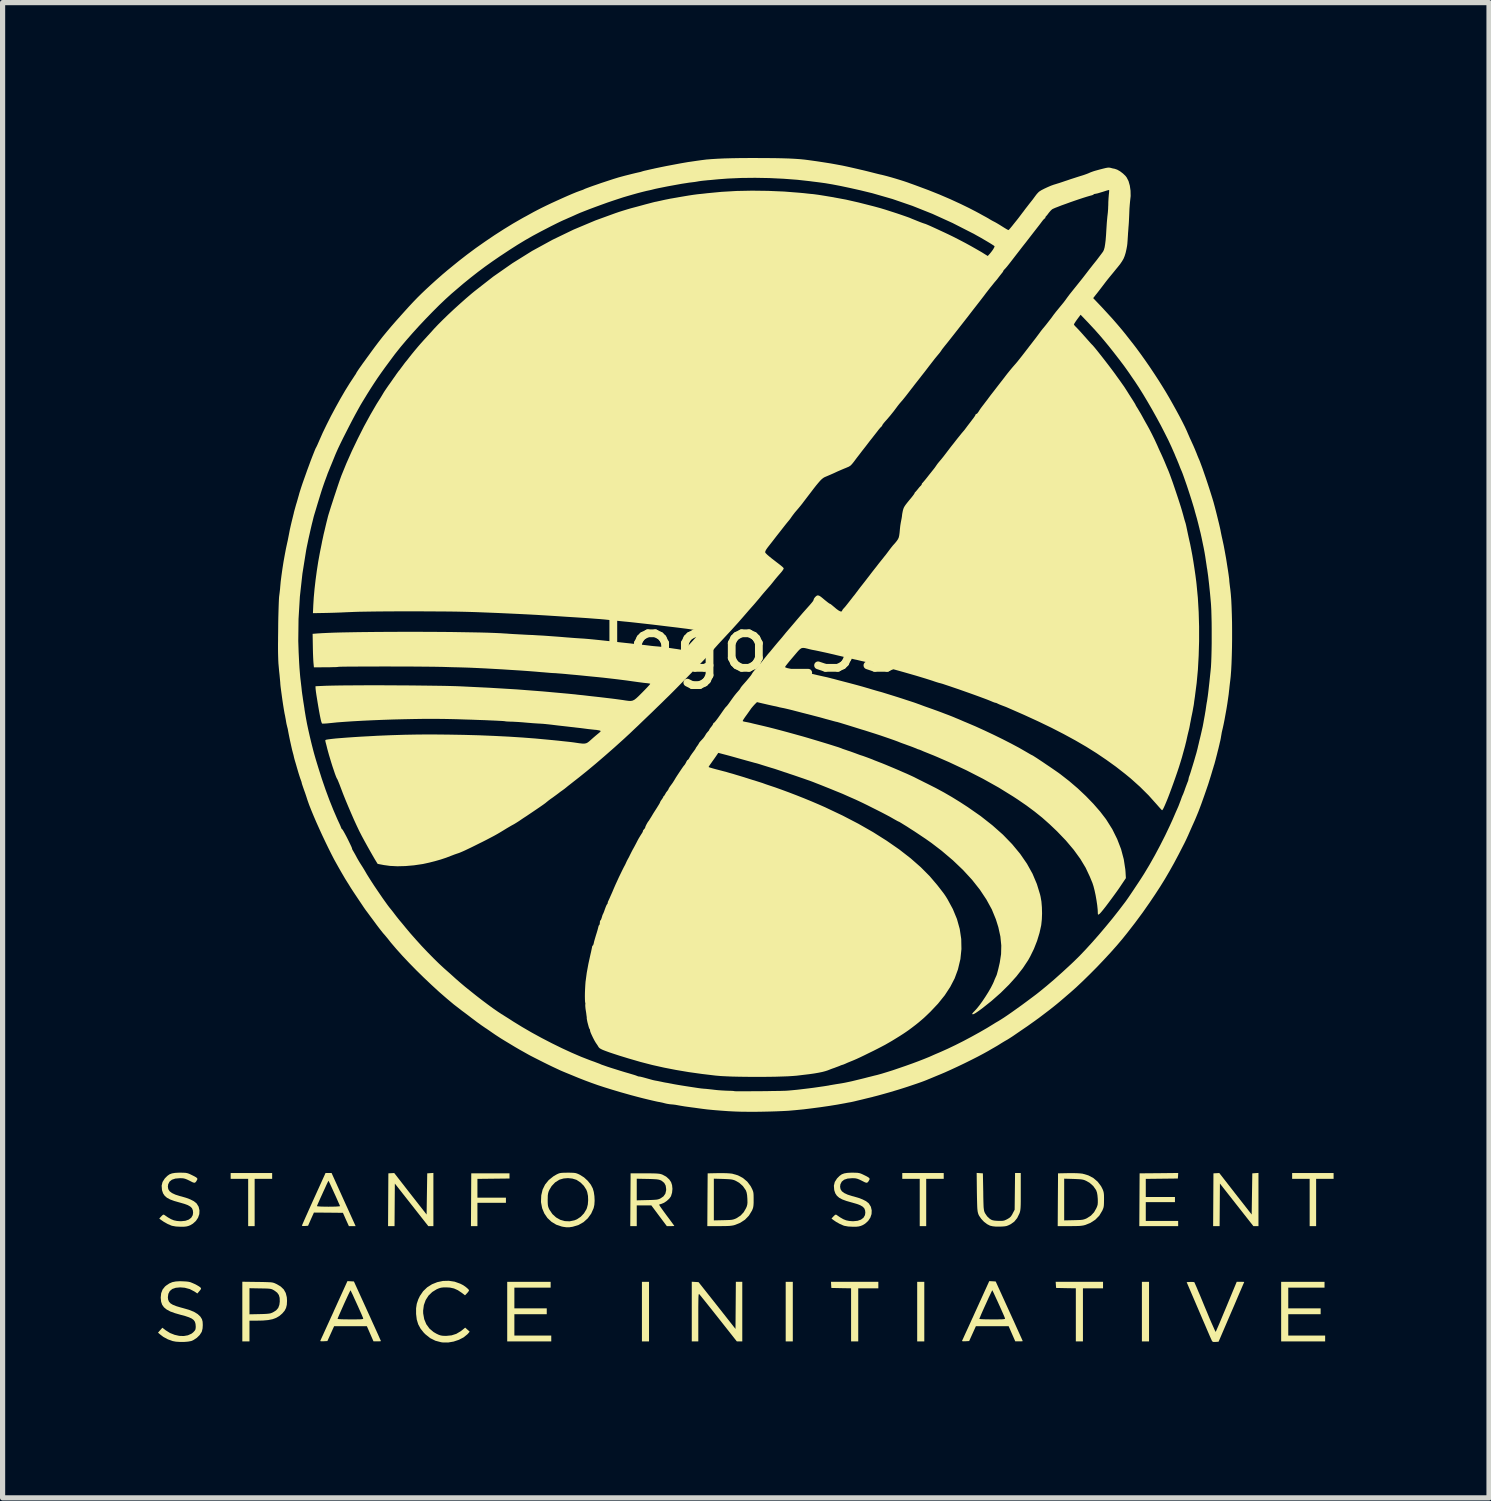
<source format=kicad_pcb>
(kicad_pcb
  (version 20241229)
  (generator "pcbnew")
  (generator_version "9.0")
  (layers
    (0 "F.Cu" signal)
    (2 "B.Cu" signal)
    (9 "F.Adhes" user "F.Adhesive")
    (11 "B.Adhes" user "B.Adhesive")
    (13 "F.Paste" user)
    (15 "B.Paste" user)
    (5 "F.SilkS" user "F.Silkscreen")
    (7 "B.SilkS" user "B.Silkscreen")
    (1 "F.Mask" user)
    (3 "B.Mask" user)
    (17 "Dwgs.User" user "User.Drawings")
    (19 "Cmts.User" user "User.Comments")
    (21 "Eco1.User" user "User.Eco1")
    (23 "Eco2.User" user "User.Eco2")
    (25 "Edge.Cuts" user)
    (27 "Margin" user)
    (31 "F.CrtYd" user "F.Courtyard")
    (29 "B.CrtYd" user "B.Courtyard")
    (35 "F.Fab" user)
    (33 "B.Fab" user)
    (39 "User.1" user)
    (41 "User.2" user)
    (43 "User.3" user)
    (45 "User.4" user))
  (footprint "logo_SSI"
    (layer "F.Cu")
    (at 11.74 9.885)
    (property "Reference" "logo_SSI" (at 0 -0.5 0) (unlocked yes) (layer "F.SilkS") (effects (font (size 1 1) (thickness 0.15))))
    (attr smd)
    (fp_poly (pts (xy -2.263 12.956) (xy -2.4 12.956) (xy -2.4 11.806) (xy -2.263 11.806)) (stroke (width 0) (type solid)) (fill yes) (layer "F.SilkS"))
    (fp_poly (pts (xy 0.512 12.956) (xy 0.375 12.956) (xy 0.375 11.806) (xy 0.512 11.806)) (stroke (width 0) (type solid)) (fill yes) (layer "F.SilkS"))
    (fp_poly (pts (xy 3.05 12.956) (xy 2.913 12.956) (xy 2.913 11.806) (xy 3.05 11.806)) (stroke (width 0) (type solid)) (fill yes) (layer "F.SilkS"))
    (fp_poly (pts (xy 7.388 12.956) (xy 7.25 12.956) (xy 7.25 11.806) (xy 7.388 11.806)) (stroke (width 0) (type solid)) (fill yes) (layer "F.SilkS"))
    (fp_poly (pts (xy -9.537 9.818) (xy -9.875 9.818) (xy -9.875 10.731) (xy -10 10.731) (xy -10 9.818) (xy -10.338 9.818) (xy -10.338 9.706) (xy -9.537 9.706)) (stroke (width 0) (type solid)) (fill yes) (layer "F.SilkS"))
    (fp_poly (pts (xy 3.425 9.818) (xy 3.087 9.818) (xy 3.087 10.731) (xy 2.962 10.731) (xy 2.962 9.818) (xy 2.625 9.818) (xy 2.625 9.706) (xy 3.425 9.706)) (stroke (width 0) (type solid)) (fill yes) (layer "F.SilkS"))
    (fp_poly (pts (xy 10.95 9.818) (xy 10.613 9.818) (xy 10.613 10.731) (xy 10.488 10.731) (xy 10.488 9.818) (xy 10.15 9.818) (xy 10.15 9.706) (xy 10.95 9.706)) (stroke (width 0) (type solid)) (fill yes) (layer "F.SilkS"))
    (fp_poly (pts (xy 2.163 11.931) (xy 1.775 11.931) (xy 1.775 12.956) (xy 1.637 12.956) (xy 1.637 11.931) (xy 1.447 11.928) (xy 1.256 11.924) (xy 1.249 11.806) (xy 2.163 11.806)) (stroke (width 0) (type solid)) (fill yes) (layer "F.SilkS"))
    (fp_poly (pts (xy 6.5 11.931) (xy 6.112 11.931) (xy 6.112 12.956) (xy 5.975 12.956) (xy 5.975 11.931) (xy 5.784 11.928) (xy 5.594 11.924) (xy 5.586 11.806) (xy 6.5 11.806)) (stroke (width 0) (type solid)) (fill yes) (layer "F.SilkS"))
    (fp_poly (pts (xy -4.956 9.812) (xy -5.575 9.819) (xy -5.575 10.181) (xy -5.025 10.181) (xy -5.025 10.281) (xy -5.575 10.281) (xy -5.575 10.731) (xy -5.7 10.731) (xy -5.697 10.221) (xy -5.694 9.712) (xy -4.956 9.712)) (stroke (width 0) (type solid)) (fill yes) (layer "F.SilkS"))
    (fp_poly (pts (xy -4.162 11.918) (xy -4.862 11.918) (xy -4.862 12.318) (xy -4.237 12.318) (xy -4.237 12.431) (xy -4.862 12.431) (xy -4.862 12.843) (xy -4.15 12.843) (xy -4.15 12.956) (xy -5 12.956) (xy -5 11.806) (xy -4.162 11.806)) (stroke (width 0) (type solid)) (fill yes) (layer "F.SilkS"))
    (fp_poly (pts (xy 10.775 11.918) (xy 10.075 11.918) (xy 10.075 12.318) (xy 10.7 12.318) (xy 10.7 12.431) (xy 10.075 12.431) (xy 10.075 12.843) (xy 10.787 12.843) (xy 10.787 12.956) (xy 9.938 12.956) (xy 9.938 11.806) (xy 10.775 11.806)) (stroke (width 0) (type solid)) (fill yes) (layer "F.SilkS"))
    (fp_poly (pts (xy -6.425 10.731) (xy -6.523 10.731) (xy -6.846 10.32) (xy -7.169 9.909) (xy -7.172 10.32) (xy -7.175 10.731) (xy -7.3 10.731) (xy -7.297 10.221) (xy -7.294 9.712) (xy -7.237 9.709) (xy -7.181 9.706) (xy -6.869 10.107) (xy -6.556 10.507) (xy -6.544 9.712) (xy -6.425 9.704)) (stroke (width 0) (type solid)) (fill yes) (layer "F.SilkS"))
    (fp_poly (pts (xy 7.948 9.759) (xy 7.944 9.812) (xy 7.325 9.819) (xy 7.325 10.168) (xy 7.888 10.168) (xy 7.888 10.268) (xy 7.325 10.268) (xy 7.325 10.631) (xy 7.95 10.631) (xy 7.95 10.731) (xy 7.2 10.731) (xy 7.203 10.221) (xy 7.206 9.712) (xy 7.579 9.709) (xy 7.951 9.705)) (stroke (width 0) (type solid)) (fill yes) (layer "F.SilkS"))
    (fp_poly (pts (xy 9.5 10.731) (xy 9.402 10.731) (xy 9.079 10.32) (xy 8.756 9.909) (xy 8.753 10.32) (xy 8.75 10.731) (xy 8.625 10.731) (xy 8.628 10.221) (xy 8.631 9.712) (xy 8.688 9.709) (xy 8.744 9.706) (xy 9.056 10.107) (xy 9.369 10.507) (xy 9.381 9.712) (xy 9.5 9.704)) (stroke (width 0) (type solid)) (fill yes) (layer "F.SilkS"))
    (fp_poly (pts (xy -1.372 11.808) (xy -1.307 11.812) (xy -0.95 12.263) (xy -0.594 12.715) (xy -0.587 11.806) (xy -0.463 11.806) (xy -0.463 12.956) (xy -0.516 12.956) (xy -0.569 12.955) (xy -0.924 12.505) (xy -0.997 12.413) (xy -1.066 12.326) (xy -1.129 12.247) (xy -1.184 12.178) (xy -1.23 12.121) (xy -1.265 12.078) (xy -1.287 12.051) (xy -1.296 12.042) (xy -1.3 12.041) (xy -1.304 12.05) (xy -1.307 12.07) (xy -1.309 12.103) (xy -1.31 12.151) (xy -1.311 12.216) (xy -1.312 12.301) (xy -1.312 12.407) (xy -1.312 12.492) (xy -1.312 12.956) (xy -1.438 12.956) (xy -1.438 11.804)) (stroke (width 0) (type solid)) (fill yes) (layer "F.SilkS"))
    (fp_poly (pts (xy 9.191 11.806) (xy 9.217 11.807) (xy 9.225 11.809) (xy 9.22 11.821) (xy 9.206 11.853) (xy 9.184 11.904) (xy 9.155 11.972) (xy 9.12 12.053) (xy 9.08 12.147) (xy 9.036 12.251) (xy 8.988 12.362) (xy 8.977 12.387) (xy 8.73 12.962) (xy 8.672 12.966) (xy 8.635 12.967) (xy 8.615 12.961) (xy 8.601 12.944) (xy 8.594 12.928) (xy 8.585 12.908) (xy 8.567 12.868) (xy 8.542 12.81) (xy 8.51 12.736) (xy 8.473 12.649) (xy 8.431 12.552) (xy 8.386 12.447) (xy 8.344 12.349) (xy 8.114 11.812) (xy 8.184 11.808) (xy 8.224 11.808) (xy 8.253 11.811) (xy 8.263 11.814) (xy 8.269 11.828) (xy 8.284 11.862) (xy 8.307 11.914) (xy 8.335 11.982) (xy 8.37 12.063) (xy 8.408 12.155) (xy 8.449 12.255) (xy 8.469 12.303) (xy 8.512 12.405) (xy 8.551 12.5) (xy 8.587 12.584) (xy 8.619 12.655) (xy 8.644 12.712) (xy 8.662 12.751) (xy 8.673 12.77) (xy 8.675 12.772) (xy 8.681 12.758) (xy 8.696 12.724) (xy 8.719 12.672) (xy 8.748 12.605) (xy 8.782 12.523) (xy 8.82 12.432) (xy 8.862 12.332) (xy 8.882 12.284) (xy 9.08 11.806) (xy 9.153 11.806)) (stroke (width 0) (type solid)) (fill yes) (layer "F.SilkS"))
    (fp_poly (pts (xy -9.822 11.808) (xy -9.729 11.809) (xy -9.658 11.811) (xy -9.604 11.813) (xy -9.564 11.815) (xy -9.533 11.819) (xy -9.509 11.825) (xy -9.487 11.833) (xy -9.464 11.844) (xy -9.456 11.847) (xy -9.374 11.895) (xy -9.314 11.952) (xy -9.275 12.021) (xy -9.254 12.104) (xy -9.25 12.172) (xy -9.254 12.249) (xy -9.269 12.31) (xy -9.296 12.363) (xy -9.34 12.415) (xy -9.341 12.416) (xy -9.396 12.464) (xy -9.457 12.5) (xy -9.528 12.527) (xy -9.614 12.544) (xy -9.717 12.553) (xy -9.816 12.555) (xy -9.975 12.556) (xy -9.975 12.956) (xy -10.113 12.956) (xy -10.113 11.929) (xy -9.975 11.929) (xy -9.975 12.433) (xy -9.778 12.429) (xy -9.702 12.427) (xy -9.645 12.424) (xy -9.604 12.42) (xy -9.573 12.415) (xy -9.547 12.406) (xy -9.522 12.395) (xy -9.461 12.357) (xy -9.42 12.31) (xy -9.398 12.25) (xy -9.39 12.188) (xy -9.392 12.116) (xy -9.408 12.06) (xy -9.44 12.015) (xy -9.492 11.976) (xy -9.494 11.974) (xy -9.517 11.961) (xy -9.537 11.951) (xy -9.559 11.944) (xy -9.588 11.939) (xy -9.628 11.936) (xy -9.684 11.934) (xy -9.76 11.933) (xy -9.765 11.933) (xy -9.975 11.929) (xy -10.113 11.929) (xy -10.113 11.804)) (stroke (width 0) (type solid)) (fill yes) (layer "F.SilkS"))
    (fp_poly (pts (xy -8.199 10.128) (xy -8.154 10.228) (xy -8.11 10.325) (xy -8.069 10.415) (xy -8.033 10.495) (xy -8.003 10.561) (xy -7.98 10.612) (xy -7.967 10.64) (xy -7.926 10.731) (xy -8.056 10.731) (xy -8.114 10.603) (xy -8.171 10.474) (xy -8.451 10.471) (xy -8.731 10.469) (xy -8.788 10.596) (xy -8.844 10.724) (xy -8.903 10.728) (xy -8.938 10.729) (xy -8.959 10.725) (xy -8.963 10.722) (xy -8.958 10.709) (xy -8.943 10.675) (xy -8.921 10.624) (xy -8.891 10.556) (xy -8.855 10.476) (xy -8.814 10.384) (xy -8.796 10.344) (xy -8.673 10.344) (xy -8.662 10.348) (xy -8.63 10.351) (xy -8.58 10.354) (xy -8.514 10.355) (xy -8.45 10.356) (xy -8.378 10.355) (xy -8.316 10.354) (xy -8.268 10.351) (xy -8.237 10.348) (xy -8.227 10.345) (xy -8.239 10.315) (xy -8.259 10.271) (xy -8.283 10.216) (xy -8.311 10.153) (xy -8.341 10.088) (xy -8.37 10.024) (xy -8.397 9.965) (xy -8.42 9.915) (xy -8.438 9.878) (xy -8.448 9.858) (xy -8.45 9.856) (xy -8.456 9.866) (xy -8.471 9.896) (xy -8.492 9.94) (xy -8.517 9.996) (xy -8.546 10.058) (xy -8.575 10.123) (xy -8.604 10.186) (xy -8.63 10.245) (xy -8.652 10.294) (xy -8.667 10.33) (xy -8.673 10.344) (xy -8.796 10.344) (xy -8.769 10.284) (xy -8.735 10.209) (xy -8.507 9.706) (xy -8.39 9.706)) (stroke (width 0) (type solid)) (fill yes) (layer "F.SilkS"))
    (fp_poly (pts (xy -0.773 9.709) (xy -0.708 9.713) (xy -0.662 9.718) (xy -0.656 9.719) (xy -0.546 9.751) (xy -0.449 9.803) (xy -0.366 9.873) (xy -0.302 9.959) (xy -0.285 9.991) (xy -0.267 10.028) (xy -0.255 10.059) (xy -0.248 10.09) (xy -0.245 10.129) (xy -0.244 10.182) (xy -0.244 10.218) (xy -0.244 10.283) (xy -0.247 10.33) (xy -0.252 10.365) (xy -0.261 10.396) (xy -0.275 10.429) (xy -0.277 10.433) (xy -0.335 10.528) (xy -0.411 10.607) (xy -0.505 10.668) (xy -0.602 10.707) (xy -0.634 10.716) (xy -0.67 10.722) (xy -0.713 10.727) (xy -0.768 10.729) (xy -0.84 10.73) (xy -0.908 10.731) (xy -1.138 10.731) (xy -1.135 10.221) (xy -1.132 9.815) (xy -1.012 9.815) (xy -1.012 10.62) (xy -0.828 10.616) (xy -0.755 10.614) (xy -0.702 10.612) (xy -0.662 10.608) (xy -0.632 10.601) (xy -0.605 10.592) (xy -0.576 10.579) (xy -0.573 10.577) (xy -0.497 10.528) (xy -0.436 10.463) (xy -0.39 10.383) (xy -0.375 10.347) (xy -0.367 10.315) (xy -0.363 10.279) (xy -0.364 10.229) (xy -0.365 10.201) (xy -0.37 10.133) (xy -0.379 10.083) (xy -0.393 10.043) (xy -0.398 10.034) (xy -0.451 9.958) (xy -0.523 9.894) (xy -0.586 9.858) (xy -0.617 9.844) (xy -0.647 9.835) (xy -0.68 9.829) (xy -0.724 9.825) (xy -0.784 9.822) (xy -0.834 9.82) (xy -1.012 9.815) (xy -1.132 9.815) (xy -1.131 9.712) (xy -0.931 9.708) (xy -0.849 9.708)) (stroke (width 0) (type solid)) (fill yes) (layer "F.SilkS"))
    (fp_poly (pts (xy 4.181 9.712) (xy 4.188 10.069) (xy 4.189 10.172) (xy 4.191 10.254) (xy 4.193 10.318) (xy 4.195 10.366) (xy 4.199 10.401) (xy 4.203 10.428) (xy 4.208 10.448) (xy 4.215 10.466) (xy 4.224 10.485) (xy 4.226 10.487) (xy 4.263 10.542) (xy 4.311 10.587) (xy 4.311 10.587) (xy 4.34 10.606) (xy 4.368 10.617) (xy 4.402 10.624) (xy 4.45 10.628) (xy 4.473 10.629) (xy 4.528 10.63) (xy 4.567 10.628) (xy 4.598 10.621) (xy 4.63 10.607) (xy 4.65 10.597) (xy 4.692 10.572) (xy 4.721 10.545) (xy 4.746 10.507) (xy 4.756 10.487) (xy 4.794 10.414) (xy 4.798 10.06) (xy 4.802 9.706) (xy 4.912 9.706) (xy 4.912 10.061) (xy 4.912 10.166) (xy 4.912 10.25) (xy 4.911 10.314) (xy 4.909 10.364) (xy 4.906 10.402) (xy 4.902 10.431) (xy 4.897 10.455) (xy 4.89 10.476) (xy 4.886 10.487) (xy 4.843 10.575) (xy 4.787 10.644) (xy 4.715 10.695) (xy 4.707 10.699) (xy 4.669 10.717) (xy 4.636 10.729) (xy 4.599 10.735) (xy 4.55 10.739) (xy 4.507 10.74) (xy 4.431 10.74) (xy 4.372 10.734) (xy 4.324 10.723) (xy 4.319 10.722) (xy 4.261 10.692) (xy 4.201 10.646) (xy 4.148 10.589) (xy 4.107 10.529) (xy 4.093 10.499) (xy 4.087 10.478) (xy 4.081 10.454) (xy 4.077 10.424) (xy 4.073 10.385) (xy 4.071 10.333) (xy 4.069 10.265) (xy 4.067 10.179) (xy 4.065 10.071) (xy 4.061 9.704)) (stroke (width 0) (type solid)) (fill yes) (layer "F.SilkS"))
    (fp_poly (pts (xy 5.99 9.709) (xy 6.054 9.713) (xy 6.101 9.718) (xy 6.106 9.719) (xy 6.216 9.751) (xy 6.314 9.803) (xy 6.396 9.873) (xy 6.461 9.959) (xy 6.478 9.991) (xy 6.496 10.028) (xy 6.507 10.059) (xy 6.514 10.09) (xy 6.518 10.129) (xy 6.519 10.182) (xy 6.519 10.218) (xy 6.518 10.283) (xy 6.516 10.33) (xy 6.511 10.365) (xy 6.501 10.396) (xy 6.487 10.429) (xy 6.485 10.433) (xy 6.428 10.528) (xy 6.351 10.607) (xy 6.257 10.668) (xy 6.161 10.707) (xy 6.128 10.716) (xy 6.093 10.722) (xy 6.05 10.727) (xy 5.995 10.729) (xy 5.923 10.73) (xy 5.855 10.731) (xy 5.625 10.731) (xy 5.628 10.221) (xy 5.631 9.815) (xy 5.75 9.815) (xy 5.75 10.62) (xy 5.934 10.616) (xy 6.007 10.614) (xy 6.061 10.612) (xy 6.1 10.608) (xy 6.131 10.601) (xy 6.158 10.592) (xy 6.187 10.579) (xy 6.19 10.577) (xy 6.266 10.528) (xy 6.327 10.463) (xy 6.372 10.383) (xy 6.387 10.347) (xy 6.396 10.315) (xy 6.399 10.279) (xy 6.399 10.229) (xy 6.398 10.201) (xy 6.392 10.133) (xy 6.383 10.083) (xy 6.369 10.043) (xy 6.365 10.034) (xy 6.312 9.958) (xy 6.24 9.894) (xy 6.176 9.858) (xy 6.145 9.844) (xy 6.116 9.835) (xy 6.082 9.829) (xy 6.038 9.825) (xy 5.978 9.822) (xy 5.928 9.82) (xy 5.75 9.815) (xy 5.631 9.815) (xy 5.631 9.712) (xy 5.831 9.708) (xy 5.914 9.708)) (stroke (width 0) (type solid)) (fill yes) (layer "F.SilkS"))
    (fp_poly (pts (xy -2.251 9.712) (xy -2.179 9.713) (xy -2.125 9.715) (xy -2.084 9.718) (xy -2.053 9.722) (xy -2.027 9.729) (xy -2.008 9.735) (xy -1.933 9.775) (xy -1.873 9.829) (xy -1.837 9.882) (xy -1.818 9.941) (xy -1.811 10.012) (xy -1.818 10.084) (xy -1.837 10.147) (xy -1.841 10.157) (xy -1.874 10.202) (xy -1.921 10.245) (xy -1.973 10.28) (xy -2.023 10.301) (xy -2.028 10.302) (xy -2.055 10.31) (xy -2.068 10.317) (xy -2.062 10.329) (xy -2.044 10.358) (xy -2.014 10.4) (xy -1.976 10.453) (xy -1.932 10.513) (xy -1.924 10.524) (xy -1.878 10.585) (xy -1.839 10.638) (xy -1.807 10.682) (xy -1.785 10.712) (xy -1.775 10.726) (xy -1.775 10.727) (xy -1.786 10.729) (xy -1.816 10.73) (xy -1.847 10.731) (xy -1.919 10.731) (xy -2.069 10.531) (xy -2.218 10.331) (xy -2.5 10.331) (xy -2.5 10.731) (xy -2.625 10.731) (xy -2.622 10.221) (xy -2.619 9.816) (xy -2.5 9.816) (xy -2.5 10.233) (xy -2.297 10.228) (xy -2.219 10.226) (xy -2.161 10.223) (xy -2.119 10.22) (xy -2.088 10.214) (xy -2.064 10.206) (xy -2.042 10.196) (xy -1.984 10.156) (xy -1.948 10.105) (xy -1.933 10.042) (xy -1.932 10.018) (xy -1.941 9.95) (xy -1.969 9.897) (xy -2.019 9.856) (xy -2.034 9.848) (xy -2.056 9.839) (xy -2.084 9.832) (xy -2.121 9.827) (xy -2.171 9.824) (xy -2.24 9.821) (xy -2.291 9.82) (xy -2.5 9.816) (xy -2.619 9.816) (xy -2.619 9.712) (xy -2.344 9.712)) (stroke (width 0) (type solid)) (fill yes) (layer "F.SilkS"))
    (fp_poly (pts (xy -6.015 11.803) (xy -5.906 11.842) (xy -5.857 11.867) (xy -5.811 11.897) (xy -5.773 11.928) (xy -5.746 11.954) (xy -5.737 11.972) (xy -5.746 11.989) (xy -5.766 12.015) (xy -5.776 12.026) (xy -5.815 12.066) (xy -5.873 12.021) (xy -5.952 11.968) (xy -6.027 11.934) (xy -6.105 11.917) (xy -6.175 11.913) (xy -6.234 11.914) (xy -6.278 11.919) (xy -6.318 11.931) (xy -6.359 11.948) (xy -6.447 12.002) (xy -6.52 12.073) (xy -6.574 12.158) (xy -6.609 12.255) (xy -6.623 12.361) (xy -6.622 12.416) (xy -6.602 12.527) (xy -6.562 12.624) (xy -6.501 12.708) (xy -6.422 12.775) (xy -6.365 12.808) (xy -6.32 12.829) (xy -6.283 12.841) (xy -6.245 12.847) (xy -6.194 12.849) (xy -6.175 12.849) (xy -6.074 12.839) (xy -5.983 12.81) (xy -5.897 12.759) (xy -5.866 12.735) (xy -5.811 12.69) (xy -5.771 12.726) (xy -5.745 12.749) (xy -5.729 12.763) (xy -5.726 12.765) (xy -5.731 12.775) (xy -5.749 12.797) (xy -5.768 12.818) (xy -5.842 12.878) (xy -5.933 12.925) (xy -6.035 12.959) (xy -6.14 12.977) (xy -6.243 12.976) (xy -6.275 12.972) (xy -6.386 12.943) (xy -6.486 12.893) (xy -6.578 12.82) (xy -6.61 12.788) (xy -6.673 12.709) (xy -6.718 12.626) (xy -6.746 12.534) (xy -6.759 12.426) (xy -6.759 12.417) (xy -6.759 12.317) (xy -6.746 12.23) (xy -6.717 12.144) (xy -6.685 12.078) (xy -6.623 11.987) (xy -6.545 11.912) (xy -6.452 11.853) (xy -6.35 11.812) (xy -6.24 11.789) (xy -6.127 11.786)) (stroke (width 0) (type solid)) (fill yes) (layer "F.SilkS"))
    (fp_poly (pts (xy -7.959 11.799) (xy -7.698 12.372) (xy -7.647 12.484) (xy -7.6 12.589) (xy -7.556 12.685) (xy -7.518 12.769) (xy -7.486 12.84) (xy -7.462 12.895) (xy -7.445 12.932) (xy -7.438 12.949) (xy -7.438 12.95) (xy -7.449 12.953) (xy -7.478 12.955) (xy -7.509 12.955) (xy -7.581 12.955) (xy -7.645 12.809) (xy -7.709 12.662) (xy -8.341 12.662) (xy -8.471 12.949) (xy -8.543 12.953) (xy -8.58 12.954) (xy -8.604 12.951) (xy -8.609 12.947) (xy -8.603 12.934) (xy -8.588 12.9) (xy -8.564 12.848) (xy -8.533 12.78) (xy -8.496 12.698) (xy -8.453 12.604) (xy -8.415 12.521) (xy -8.275 12.521) (xy -8.263 12.524) (xy -8.23 12.527) (xy -8.179 12.529) (xy -8.115 12.53) (xy -8.04 12.531) (xy -8.024 12.531) (xy -7.938 12.531) (xy -7.875 12.53) (xy -7.831 12.529) (xy -7.802 12.526) (xy -7.786 12.523) (xy -7.78 12.518) (xy -7.78 12.511) (xy -7.78 12.509) (xy -7.791 12.483) (xy -7.809 12.44) (xy -7.833 12.386) (xy -7.861 12.323) (xy -7.891 12.256) (xy -7.922 12.188) (xy -7.952 12.123) (xy -7.978 12.064) (xy -8.001 12.017) (xy -8.017 11.984) (xy -8.025 11.969) (xy -8.025 11.969) (xy -8.031 11.98) (xy -8.046 12.01) (xy -8.068 12.055) (xy -8.094 12.111) (xy -8.124 12.176) (xy -8.155 12.244) (xy -8.185 12.312) (xy -8.214 12.377) (xy -8.239 12.434) (xy -8.259 12.48) (xy -8.271 12.51) (xy -8.275 12.521) (xy -8.415 12.521) (xy -8.406 12.501) (xy -8.355 12.39) (xy -8.344 12.364) (xy -8.084 11.792)) (stroke (width 0) (type solid)) (fill yes) (layer "F.SilkS"))
    (fp_poly (pts (xy 4.428 11.799) (xy 4.689 12.372) (xy 4.74 12.484) (xy 4.788 12.589) (xy 4.831 12.685) (xy 4.869 12.769) (xy 4.901 12.84) (xy 4.926 12.895) (xy 4.942 12.932) (xy 4.95 12.949) (xy 4.95 12.95) (xy 4.939 12.953) (xy 4.909 12.955) (xy 4.878 12.955) (xy 4.806 12.955) (xy 4.742 12.809) (xy 4.678 12.662) (xy 4.046 12.662) (xy 3.916 12.949) (xy 3.845 12.953) (xy 3.807 12.954) (xy 3.783 12.951) (xy 3.778 12.947) (xy 3.784 12.934) (xy 3.8 12.9) (xy 3.823 12.848) (xy 3.854 12.78) (xy 3.892 12.698) (xy 3.935 12.604) (xy 3.972 12.521) (xy 4.112 12.521) (xy 4.124 12.524) (xy 4.158 12.527) (xy 4.208 12.529) (xy 4.273 12.53) (xy 4.347 12.531) (xy 4.364 12.531) (xy 4.449 12.531) (xy 4.512 12.53) (xy 4.557 12.529) (xy 4.586 12.526) (xy 4.602 12.523) (xy 4.608 12.518) (xy 4.608 12.511) (xy 4.607 12.509) (xy 4.597 12.483) (xy 4.579 12.44) (xy 4.555 12.386) (xy 4.527 12.323) (xy 4.497 12.256) (xy 4.466 12.188) (xy 4.436 12.123) (xy 4.409 12.064) (xy 4.387 12.017) (xy 4.371 11.984) (xy 4.363 11.969) (xy 4.362 11.969) (xy 4.356 11.98) (xy 4.341 12.01) (xy 4.32 12.055) (xy 4.293 12.111) (xy 4.264 12.176) (xy 4.233 12.244) (xy 4.202 12.312) (xy 4.173 12.377) (xy 4.148 12.434) (xy 4.129 12.48) (xy 4.116 12.51) (xy 4.112 12.521) (xy 3.972 12.521) (xy 3.982 12.501) (xy 4.032 12.39) (xy 4.044 12.364) (xy 4.304 11.792)) (stroke (width 0) (type solid)) (fill yes) (layer "F.SilkS"))
    (fp_poly (pts (xy -3.766 9.7) (xy -3.72 9.702) (xy -3.685 9.706) (xy -3.656 9.714) (xy -3.624 9.727) (xy -3.598 9.74) (xy -3.518 9.79) (xy -3.446 9.856) (xy -3.387 9.93) (xy -3.349 10.002) (xy -3.329 10.071) (xy -3.317 10.153) (xy -3.313 10.239) (xy -3.318 10.319) (xy -3.332 10.383) (xy -3.379 10.489) (xy -3.445 10.58) (xy -3.527 10.654) (xy -3.624 10.709) (xy -3.733 10.742) (xy -3.737 10.743) (xy -3.802 10.753) (xy -3.859 10.753) (xy -3.921 10.744) (xy -3.95 10.738) (xy -4.054 10.703) (xy -4.146 10.647) (xy -4.224 10.574) (xy -4.284 10.486) (xy -4.326 10.385) (xy -4.347 10.275) (xy -4.348 10.258) (xy -4.347 10.224) (xy -4.219 10.224) (xy -4.218 10.285) (xy -4.215 10.327) (xy -4.208 10.36) (xy -4.196 10.391) (xy -4.184 10.415) (xy -4.128 10.498) (xy -4.057 10.563) (xy -3.976 10.609) (xy -3.888 10.634) (xy -3.796 10.638) (xy -3.703 10.619) (xy -3.654 10.599) (xy -3.582 10.551) (xy -3.519 10.485) (xy -3.472 10.407) (xy -3.462 10.383) (xy -3.444 10.312) (xy -3.438 10.231) (xy -3.441 10.149) (xy -3.456 10.073) (xy -3.473 10.028) (xy -3.521 9.953) (xy -3.586 9.888) (xy -3.659 9.84) (xy -3.667 9.836) (xy -3.742 9.813) (xy -3.827 9.804) (xy -3.912 9.811) (xy -3.988 9.833) (xy -3.995 9.836) (xy -4.076 9.887) (xy -4.143 9.958) (xy -4.186 10.03) (xy -4.202 10.066) (xy -4.211 10.1) (xy -4.217 10.139) (xy -4.218 10.192) (xy -4.219 10.224) (xy -4.347 10.224) (xy -4.343 10.136) (xy -4.317 10.026) (xy -4.269 9.928) (xy -4.199 9.842) (xy -4.108 9.769) (xy -4.05 9.735) (xy -4.019 9.72) (xy -3.992 9.71) (xy -3.962 9.704) (xy -3.923 9.701) (xy -3.869 9.7) (xy -3.831 9.699)) (stroke (width 0) (type solid)) (fill yes) (layer "F.SilkS"))
    (fp_poly (pts (xy -11.264 11.796) (xy -11.201 11.799) (xy -11.155 11.804) (xy -11.118 11.812) (xy -11.08 11.827) (xy -11.037 11.846) (xy -10.99 11.87) (xy -10.951 11.893) (xy -10.926 11.911) (xy -10.922 11.914) (xy -10.911 11.93) (xy -10.911 11.944) (xy -10.925 11.965) (xy -10.941 11.984) (xy -10.981 12.031) (xy -11.037 11.993) (xy -11.127 11.946) (xy -11.224 11.92) (xy -11.312 11.913) (xy -11.398 11.921) (xy -11.465 11.944) (xy -11.513 11.984) (xy -11.541 12.038) (xy -11.55 12.103) (xy -11.545 12.149) (xy -11.529 12.188) (xy -11.5 12.221) (xy -11.454 12.249) (xy -11.389 12.275) (xy -11.303 12.301) (xy -11.261 12.312) (xy -11.143 12.346) (xy -11.048 12.384) (xy -10.975 12.428) (xy -10.923 12.477) (xy -10.892 12.527) (xy -10.879 12.577) (xy -10.876 12.64) (xy -10.88 12.705) (xy -10.893 12.761) (xy -10.898 12.774) (xy -10.936 12.833) (xy -10.991 12.887) (xy -11.055 12.929) (xy -11.101 12.949) (xy -11.161 12.96) (xy -11.236 12.966) (xy -11.316 12.966) (xy -11.394 12.961) (xy -11.459 12.949) (xy -11.461 12.948) (xy -11.55 12.916) (xy -11.637 12.869) (xy -11.695 12.825) (xy -11.74 12.787) (xy -11.698 12.739) (xy -11.656 12.692) (xy -11.591 12.742) (xy -11.508 12.794) (xy -11.419 12.829) (xy -11.33 12.849) (xy -11.243 12.852) (xy -11.163 12.838) (xy -11.094 12.807) (xy -11.062 12.782) (xy -11.033 12.751) (xy -11.018 12.726) (xy -11.013 12.694) (xy -11.012 12.669) (xy -11.016 12.619) (xy -11.028 12.577) (xy -11.052 12.543) (xy -11.089 12.515) (xy -11.144 12.49) (xy -11.218 12.465) (xy -11.298 12.444) (xy -11.413 12.411) (xy -11.504 12.378) (xy -11.574 12.34) (xy -11.625 12.298) (xy -11.66 12.249) (xy -11.68 12.191) (xy -11.687 12.122) (xy -11.688 12.11) (xy -11.679 12.025) (xy -11.652 11.955) (xy -11.605 11.896) (xy -11.579 11.875) (xy -11.522 11.837) (xy -11.464 11.812) (xy -11.398 11.799) (xy -11.318 11.794)) (stroke (width 0) (type solid)) (fill yes) (layer "F.SilkS"))
    (fp_poly (pts (xy -11.256 9.7) (xy -11.212 9.702) (xy -11.177 9.708) (xy -11.146 9.718) (xy -11.11 9.734) (xy -11.1 9.739) (xy -11.043 9.767) (xy -11.006 9.788) (xy -10.986 9.805) (xy -10.98 9.821) (xy -10.985 9.837) (xy -10.986 9.838) (xy -11.005 9.871) (xy -11.022 9.889) (xy -11.041 9.894) (xy -11.069 9.886) (xy -11.111 9.865) (xy -11.13 9.855) (xy -11.18 9.831) (xy -11.219 9.816) (xy -11.255 9.808) (xy -11.299 9.806) (xy -11.321 9.806) (xy -11.406 9.813) (xy -11.472 9.835) (xy -11.518 9.872) (xy -11.544 9.923) (xy -11.55 9.97) (xy -11.542 10.017) (xy -11.516 10.058) (xy -11.471 10.092) (xy -11.405 10.123) (xy -11.317 10.151) (xy -11.292 10.157) (xy -11.199 10.184) (xy -11.117 10.215) (xy -11.05 10.249) (xy -11.004 10.285) (xy -10.995 10.294) (xy -10.956 10.357) (xy -10.94 10.427) (xy -10.943 10.498) (xy -10.967 10.568) (xy -11.009 10.631) (xy -11.068 10.684) (xy -11.119 10.714) (xy -11.155 10.728) (xy -11.191 10.737) (xy -11.236 10.742) (xy -11.297 10.743) (xy -11.3 10.743) (xy -11.395 10.738) (xy -11.467 10.725) (xy -11.481 10.721) (xy -11.553 10.69) (xy -11.628 10.648) (xy -11.686 10.608) (xy -11.716 10.584) (xy -11.677 10.542) (xy -11.65 10.516) (xy -11.631 10.508) (xy -11.622 10.512) (xy -11.549 10.562) (xy -11.488 10.597) (xy -11.433 10.619) (xy -11.375 10.631) (xy -11.31 10.636) (xy -11.294 10.636) (xy -11.212 10.628) (xy -11.147 10.605) (xy -11.099 10.569) (xy -11.07 10.519) (xy -11.063 10.471) (xy -11.068 10.425) (xy -11.084 10.386) (xy -11.116 10.354) (xy -11.164 10.326) (xy -11.232 10.301) (xy -11.322 10.275) (xy -11.326 10.274) (xy -11.428 10.245) (xy -11.507 10.216) (xy -11.568 10.183) (xy -11.612 10.144) (xy -11.642 10.099) (xy -11.661 10.044) (xy -11.664 10.029) (xy -11.67 9.95) (xy -11.653 9.879) (xy -11.611 9.813) (xy -11.603 9.804) (xy -11.56 9.761) (xy -11.518 9.731) (xy -11.47 9.713) (xy -11.411 9.703) (xy -11.335 9.699) (xy -11.319 9.699)) (stroke (width 0) (type solid)) (fill yes) (layer "F.SilkS"))
    (fp_poly (pts (xy 1.719 9.7) (xy 1.763 9.702) (xy 1.798 9.708) (xy 1.829 9.718) (xy 1.865 9.734) (xy 1.875 9.739) (xy 1.932 9.767) (xy 1.969 9.788) (xy 1.989 9.805) (xy 1.995 9.821) (xy 1.99 9.837) (xy 1.989 9.838) (xy 1.97 9.871) (xy 1.953 9.889) (xy 1.934 9.894) (xy 1.906 9.886) (xy 1.864 9.865) (xy 1.845 9.855) (xy 1.795 9.831) (xy 1.756 9.816) (xy 1.72 9.808) (xy 1.676 9.806) (xy 1.654 9.806) (xy 1.569 9.813) (xy 1.503 9.835) (xy 1.457 9.872) (xy 1.431 9.923) (xy 1.425 9.97) (xy 1.433 10.017) (xy 1.459 10.058) (xy 1.504 10.092) (xy 1.57 10.123) (xy 1.658 10.151) (xy 1.683 10.157) (xy 1.776 10.184) (xy 1.858 10.215) (xy 1.925 10.249) (xy 1.971 10.285) (xy 1.98 10.294) (xy 2.019 10.357) (xy 2.035 10.427) (xy 2.032 10.498) (xy 2.008 10.568) (xy 1.966 10.631) (xy 1.907 10.684) (xy 1.856 10.714) (xy 1.82 10.728) (xy 1.784 10.737) (xy 1.739 10.742) (xy 1.678 10.743) (xy 1.675 10.743) (xy 1.58 10.738) (xy 1.508 10.725) (xy 1.494 10.721) (xy 1.422 10.69) (xy 1.347 10.648) (xy 1.289 10.608) (xy 1.259 10.584) (xy 1.298 10.542) (xy 1.325 10.516) (xy 1.344 10.508) (xy 1.353 10.512) (xy 1.426 10.562) (xy 1.487 10.597) (xy 1.542 10.619) (xy 1.6 10.631) (xy 1.665 10.636) (xy 1.681 10.636) (xy 1.763 10.628) (xy 1.828 10.605) (xy 1.876 10.569) (xy 1.905 10.519) (xy 1.912 10.471) (xy 1.907 10.425) (xy 1.891 10.386) (xy 1.859 10.354) (xy 1.811 10.326) (xy 1.743 10.301) (xy 1.653 10.275) (xy 1.649 10.274) (xy 1.547 10.245) (xy 1.468 10.216) (xy 1.407 10.183) (xy 1.363 10.144) (xy 1.333 10.099) (xy 1.314 10.044) (xy 1.311 10.029) (xy 1.305 9.95) (xy 1.322 9.879) (xy 1.364 9.813) (xy 1.372 9.804) (xy 1.415 9.761) (xy 1.457 9.731) (xy 1.505 9.713) (xy 1.564 9.703) (xy 1.64 9.699) (xy 1.656 9.699)) (stroke (width 0) (type solid)) (fill yes) (layer "F.SilkS"))
    (fp_poly (pts (xy -0.019 -9.884) (xy 0.151 -9.883) (xy 0.301 -9.88) (xy 0.433 -9.876) (xy 0.549 -9.87) (xy 0.651 -9.863) (xy 0.741 -9.854) (xy 0.812 -9.845) (xy 0.977 -9.822) (xy 1.12 -9.8) (xy 1.247 -9.78) (xy 1.362 -9.759) (xy 1.47 -9.739) (xy 1.573 -9.717) (xy 1.644 -9.701) (xy 1.696 -9.689) (xy 1.758 -9.675) (xy 1.812 -9.662) (xy 1.865 -9.65) (xy 1.931 -9.634) (xy 2.003 -9.616) (xy 2.05 -9.604) (xy 2.109 -9.589) (xy 2.161 -9.576) (xy 2.199 -9.567) (xy 2.219 -9.563) (xy 2.268 -9.551) (xy 2.334 -9.534) (xy 2.413 -9.512) (xy 2.498 -9.487) (xy 2.583 -9.461) (xy 2.662 -9.436) (xy 2.73 -9.413) (xy 2.781 -9.394) (xy 2.781 -9.394) (xy 2.804 -9.386) (xy 2.843 -9.372) (xy 2.892 -9.354) (xy 2.919 -9.344) (xy 3.126 -9.267) (xy 3.339 -9.182) (xy 3.551 -9.091) (xy 3.753 -8.998) (xy 3.913 -8.92) (xy 3.971 -8.89) (xy 4.039 -8.855) (xy 4.11 -8.817) (xy 4.178 -8.779) (xy 4.239 -8.746) (xy 4.287 -8.719) (xy 4.306 -8.707) (xy 4.347 -8.683) (xy 4.382 -8.664) (xy 4.402 -8.654) (xy 4.421 -8.644) (xy 4.456 -8.624) (xy 4.501 -8.597) (xy 4.544 -8.57) (xy 4.592 -8.54) (xy 4.633 -8.515) (xy 4.662 -8.499) (xy 4.674 -8.494) (xy 4.686 -8.503) (xy 4.708 -8.528) (xy 4.736 -8.562) (xy 4.739 -8.565) (xy 4.772 -8.607) (xy 4.804 -8.647) (xy 4.826 -8.674) (xy 4.846 -8.699) (xy 4.877 -8.739) (xy 4.914 -8.788) (xy 4.954 -8.841) (xy 4.957 -8.844) (xy 4.999 -8.901) (xy 5.042 -8.956) (xy 5.079 -9.004) (xy 5.106 -9.038) (xy 5.141 -9.082) (xy 5.174 -9.127) (xy 5.193 -9.153) (xy 5.223 -9.192) (xy 5.257 -9.228) (xy 5.269 -9.238) (xy 5.308 -9.263) (xy 5.364 -9.292) (xy 5.428 -9.322) (xy 5.493 -9.35) (xy 5.551 -9.371) (xy 5.569 -9.376) (xy 5.604 -9.387) (xy 5.656 -9.403) (xy 5.719 -9.424) (xy 5.786 -9.447) (xy 5.8 -9.451) (xy 5.872 -9.476) (xy 5.947 -9.5) (xy 6.015 -9.522) (xy 6.069 -9.539) (xy 6.073 -9.54) (xy 6.127 -9.557) (xy 6.178 -9.575) (xy 6.217 -9.59) (xy 6.223 -9.593) (xy 6.262 -9.61) (xy 6.312 -9.628) (xy 6.344 -9.638) (xy 6.431 -9.662) (xy 6.497 -9.679) (xy 6.546 -9.691) (xy 6.582 -9.698) (xy 6.607 -9.7) (xy 6.627 -9.699) (xy 6.643 -9.696) (xy 6.684 -9.685) (xy 6.725 -9.677) (xy 6.774 -9.66) (xy 6.83 -9.628) (xy 6.885 -9.586) (xy 6.933 -9.54) (xy 6.956 -9.51) (xy 6.992 -9.44) (xy 7.017 -9.352) (xy 7.031 -9.254) (xy 7.033 -9.151) (xy 7.024 -9.069) (xy 7.02 -9.03) (xy 7.015 -8.973) (xy 7.01 -8.907) (xy 7.007 -8.837) (xy 7.007 -8.832) (xy 7.004 -8.762) (xy 7.001 -8.695) (xy 6.998 -8.637) (xy 6.995 -8.596) (xy 6.995 -8.594) (xy 6.991 -8.548) (xy 6.987 -8.488) (xy 6.982 -8.427) (xy 6.982 -8.419) (xy 6.978 -8.358) (xy 6.974 -8.295) (xy 6.97 -8.243) (xy 6.97 -8.238) (xy 6.964 -8.19) (xy 6.953 -8.13) (xy 6.939 -8.067) (xy 6.935 -8.051) (xy 6.917 -7.993) (xy 6.896 -7.942) (xy 6.867 -7.892) (xy 6.829 -7.836) (xy 6.776 -7.77) (xy 6.76 -7.751) (xy 6.691 -7.666) (xy 6.634 -7.597) (xy 6.587 -7.539) (xy 6.547 -7.488) (xy 6.511 -7.44) (xy 6.5 -7.426) (xy 6.459 -7.372) (xy 6.416 -7.316) (xy 6.378 -7.267) (xy 6.367 -7.254) (xy 6.31 -7.181) (xy 6.471 -7.012) (xy 6.579 -6.895) (xy 6.685 -6.779) (xy 6.783 -6.666) (xy 6.87 -6.563) (xy 6.931 -6.488) (xy 6.974 -6.433) (xy 7.022 -6.372) (xy 7.066 -6.316) (xy 7.069 -6.313) (xy 7.143 -6.216) (xy 7.226 -6.103) (xy 7.316 -5.977) (xy 7.407 -5.845) (xy 7.497 -5.71) (xy 7.582 -5.579) (xy 7.639 -5.488) (xy 7.708 -5.376) (xy 7.778 -5.257) (xy 7.847 -5.135) (xy 7.914 -5.014) (xy 7.977 -4.898) (xy 8.033 -4.79) (xy 8.081 -4.694) (xy 8.119 -4.612) (xy 8.137 -4.569) (xy 8.153 -4.533) (xy 8.175 -4.482) (xy 8.201 -4.426) (xy 8.212 -4.401) (xy 8.241 -4.338) (xy 8.27 -4.271) (xy 8.295 -4.21) (xy 8.302 -4.194) (xy 8.32 -4.147) (xy 8.337 -4.106) (xy 8.348 -4.079) (xy 8.35 -4.076) (xy 8.368 -4.033) (xy 8.391 -3.971) (xy 8.42 -3.893) (xy 8.451 -3.803) (xy 8.485 -3.705) (xy 8.519 -3.603) (xy 8.552 -3.502) (xy 8.583 -3.404) (xy 8.611 -3.315) (xy 8.634 -3.238) (xy 8.637 -3.226) (xy 8.656 -3.156) (xy 8.677 -3.075) (xy 8.699 -2.988) (xy 8.72 -2.902) (xy 8.74 -2.821) (xy 8.756 -2.752) (xy 8.767 -2.701) (xy 8.768 -2.694) (xy 8.78 -2.633) (xy 8.793 -2.571) (xy 8.805 -2.519) (xy 8.806 -2.513) (xy 8.829 -2.407) (xy 8.852 -2.284) (xy 8.875 -2.156) (xy 8.881 -2.119) (xy 8.898 -2.01) (xy 8.912 -1.922) (xy 8.922 -1.854) (xy 8.929 -1.803) (xy 8.934 -1.766) (xy 8.936 -1.742) (xy 8.936 -1.738) (xy 8.938 -1.71) (xy 8.943 -1.665) (xy 8.95 -1.608) (xy 8.956 -1.563) (xy 8.966 -1.469) (xy 8.975 -1.354) (xy 8.981 -1.222) (xy 8.986 -1.076) (xy 8.99 -0.92) (xy 8.991 -0.759) (xy 8.991 -0.595) (xy 8.989 -0.434) (xy 8.985 -0.277) (xy 8.98 -0.131) (xy 8.973 0.003) (xy 8.964 0.12) (xy 8.956 0.193) (xy 8.948 0.258) (xy 8.941 0.319) (xy 8.936 0.368) (xy 8.932 0.399) (xy 8.925 0.466) (xy 8.913 0.55) (xy 8.899 0.647) (xy 8.882 0.751) (xy 8.863 0.856) (xy 8.845 0.956) (xy 8.827 1.046) (xy 8.811 1.119) (xy 8.805 1.144) (xy 8.793 1.195) (xy 8.784 1.247) (xy 8.78 1.269) (xy 8.772 1.318) (xy 8.762 1.367) (xy 8.76 1.374) (xy 8.751 1.411) (xy 8.745 1.439) (xy 8.744 1.443) (xy 8.738 1.467) (xy 8.728 1.51) (xy 8.714 1.564) (xy 8.699 1.625) (xy 8.683 1.686) (xy 8.669 1.741) (xy 8.657 1.785) (xy 8.65 1.811) (xy 8.65 1.812) (xy 8.641 1.838) (xy 8.628 1.883) (xy 8.611 1.938) (xy 8.593 1.999) (xy 8.575 2.058) (xy 8.559 2.109) (xy 8.544 2.157) (xy 8.529 2.205) (xy 8.51 2.26) (xy 8.488 2.324) (xy 8.46 2.405) (xy 8.433 2.481) (xy 8.398 2.579) (xy 8.367 2.662) (xy 8.339 2.735) (xy 8.309 2.808) (xy 8.276 2.887) (xy 8.235 2.979) (xy 8.231 2.987) (xy 8.203 3.05) (xy 8.176 3.111) (xy 8.153 3.163) (xy 8.138 3.199) (xy 8.137 3.199) (xy 8.119 3.239) (xy 8.094 3.292) (xy 8.066 3.349) (xy 8.053 3.374) (xy 7.958 3.559) (xy 7.869 3.726) (xy 7.782 3.881) (xy 7.695 4.03) (xy 7.604 4.177) (xy 7.505 4.329) (xy 7.4 4.485) (xy 7.265 4.678) (xy 7.117 4.878) (xy 6.965 5.074) (xy 6.87 5.192) (xy 6.764 5.317) (xy 6.645 5.451) (xy 6.516 5.59) (xy 6.382 5.731) (xy 6.245 5.869) (xy 6.111 6) (xy 5.984 6.12) (xy 5.866 6.225) (xy 5.84 6.247) (xy 5.798 6.283) (xy 5.746 6.328) (xy 5.692 6.374) (xy 5.669 6.394) (xy 5.611 6.442) (xy 5.543 6.497) (xy 5.463 6.56) (xy 5.367 6.633) (xy 5.255 6.718) (xy 5.231 6.735) (xy 5.183 6.77) (xy 5.118 6.816) (xy 5.041 6.871) (xy 4.953 6.931) (xy 4.861 6.994) (xy 4.768 7.058) (xy 4.744 7.074) (xy 4.699 7.103) (xy 4.656 7.13) (xy 4.626 7.147) (xy 4.588 7.169) (xy 4.545 7.195) (xy 4.532 7.203) (xy 4.496 7.226) (xy 4.465 7.245) (xy 4.456 7.251) (xy 4.436 7.262) (xy 4.4 7.283) (xy 4.351 7.311) (xy 4.296 7.343) (xy 4.288 7.348) (xy 4.194 7.4) (xy 4.083 7.459) (xy 3.959 7.522) (xy 3.828 7.587) (xy 3.696 7.65) (xy 3.567 7.71) (xy 3.447 7.764) (xy 3.362 7.8) (xy 3.289 7.83) (xy 3.222 7.858) (xy 3.164 7.882) (xy 3.12 7.9) (xy 3.095 7.911) (xy 3.094 7.911) (xy 3.051 7.928) (xy 2.989 7.951) (xy 2.912 7.978) (xy 2.826 8.007) (xy 2.734 8.038) (xy 2.641 8.068) (xy 2.552 8.096) (xy 2.472 8.12) (xy 2.438 8.131) (xy 2.343 8.158) (xy 2.268 8.179) (xy 2.207 8.196) (xy 2.156 8.21) (xy 2.11 8.222) (xy 2.063 8.234) (xy 2.05 8.238) (xy 1.942 8.264) (xy 1.845 8.288) (xy 1.764 8.307) (xy 1.699 8.323) (xy 1.654 8.333) (xy 1.631 8.338) (xy 1.607 8.342) (xy 1.567 8.349) (xy 1.518 8.359) (xy 1.506 8.361) (xy 1.368 8.386) (xy 1.213 8.411) (xy 1.048 8.435) (xy 0.881 8.457) (xy 0.718 8.477) (xy 0.565 8.492) (xy 0.429 8.504) (xy 0.412 8.505) (xy 0.314 8.51) (xy 0.197 8.515) (xy 0.068 8.519) (xy -0.067 8.522) (xy -0.201 8.524) (xy -0.327 8.524) (xy -0.44 8.523) (xy -0.469 8.523) (xy -0.595 8.519) (xy -0.733 8.512) (xy -0.873 8.502) (xy -1.01 8.491) (xy -1.135 8.479) (xy -1.231 8.467) (xy -1.306 8.457) (xy -1.384 8.446) (xy -1.454 8.437) (xy -1.51 8.429) (xy -1.512 8.429) (xy -1.576 8.42) (xy -1.643 8.409) (xy -1.7 8.399) (xy -1.704 8.398) (xy -1.755 8.389) (xy -1.803 8.383) (xy -1.833 8.381) (xy -1.87 8.377) (xy -1.918 8.369) (xy -1.954 8.361) (xy -1.999 8.349) (xy -2.037 8.341) (xy -2.056 8.337) (xy -2.091 8.331) (xy -2.146 8.319) (xy -2.215 8.303) (xy -2.295 8.284) (xy -2.381 8.263) (xy -2.467 8.241) (xy -2.55 8.219) (xy -2.625 8.199) (xy -2.631 8.197) (xy -2.812 8.146) (xy -2.973 8.098) (xy -3.118 8.053) (xy -3.25 8.01) (xy -3.374 7.966) (xy -3.495 7.921) (xy -3.615 7.874) (xy -3.669 7.852) (xy -3.739 7.823) (xy -3.817 7.791) (xy -3.89 7.761) (xy -3.926 7.746) (xy -3.975 7.725) (xy -4.041 7.694) (xy -4.12 7.657) (xy -4.207 7.615) (xy -4.298 7.57) (xy -4.389 7.524) (xy -4.474 7.481) (xy -4.55 7.442) (xy -4.589 7.421) (xy -4.669 7.376) (xy -4.76 7.325) (xy -4.856 7.269) (xy -4.952 7.211) (xy -5.045 7.155) (xy -5.128 7.104) (xy -5.197 7.059) (xy -5.232 7.036) (xy -5.286 6.999) (xy -5.348 6.956) (xy -5.406 6.916) (xy -5.415 6.911) (xy -5.463 6.878) (xy -5.504 6.85) (xy -5.542 6.822) (xy -5.583 6.793) (xy -5.631 6.756) (xy -5.693 6.71) (xy -5.716 6.692) (xy -5.771 6.65) (xy -5.827 6.608) (xy -5.876 6.572) (xy -5.905 6.549) (xy -6.031 6.452) (xy -6.167 6.338) (xy -6.311 6.213) (xy -6.458 6.078) (xy -6.607 5.937) (xy -6.753 5.794) (xy -6.893 5.651) (xy -7.024 5.512) (xy -7.143 5.379) (xy -7.247 5.257) (xy -7.29 5.202) (xy -7.325 5.159) (xy -7.359 5.118) (xy -7.385 5.088) (xy -7.386 5.088) (xy -7.405 5.065) (xy -7.435 5.027) (xy -7.475 4.976) (xy -7.519 4.918) (xy -7.56 4.862) (xy -7.606 4.8) (xy -7.648 4.744) (xy -7.683 4.696) (xy -7.709 4.661) (xy -7.723 4.643) (xy -7.738 4.622) (xy -7.764 4.585) (xy -7.798 4.534) (xy -7.837 4.476) (xy -7.88 4.412) (xy -7.922 4.349) (xy -7.962 4.289) (xy -7.996 4.237) (xy -8.022 4.197) (xy -8.036 4.174) (xy -8.055 4.143) (xy -8.081 4.102) (xy -8.102 4.068) (xy -8.129 4.025) (xy -8.161 3.97) (xy -8.195 3.912) (xy -8.206 3.893) (xy -8.235 3.842) (xy -8.263 3.793) (xy -8.284 3.755) (xy -8.291 3.743) (xy -8.341 3.653) (xy -8.395 3.548) (xy -8.453 3.432) (xy -8.513 3.308) (xy -8.573 3.181) (xy -8.632 3.052) (xy -8.688 2.927) (xy -8.739 2.808) (xy -8.784 2.699) (xy -8.822 2.603) (xy -8.85 2.524) (xy -8.861 2.492) (xy -8.87 2.463) (xy -8.885 2.417) (xy -8.904 2.361) (xy -8.923 2.309) (xy -8.942 2.254) (xy -8.957 2.21) (xy -8.966 2.18) (xy -8.968 2.168) (xy -8.968 2.168) (xy -8.97 2.158) (xy -8.979 2.133) (xy -8.983 2.121) (xy -8.995 2.089) (xy -9.011 2.04) (xy -9.029 1.983) (xy -9.039 1.949) (xy -9.057 1.888) (xy -9.074 1.828) (xy -9.089 1.777) (xy -9.095 1.758) (xy -9.107 1.716) (xy -9.116 1.68) (xy -9.119 1.666) (xy -9.125 1.639) (xy -9.136 1.599) (xy -9.142 1.576) (xy -9.151 1.542) (xy -9.163 1.49) (xy -9.177 1.427) (xy -9.192 1.359) (xy -9.206 1.292) (xy -9.218 1.232) (xy -9.227 1.185) (xy -9.231 1.162) (xy -9.236 1.134) (xy -9.246 1.096) (xy -9.249 1.083) (xy -9.26 1.038) (xy -9.268 0.995) (xy -9.269 0.987) (xy -9.276 0.945) (xy -9.285 0.899) (xy -9.286 0.89) (xy -9.298 0.834) (xy -9.311 0.759) (xy -9.325 0.672) (xy -9.339 0.579) (xy -9.352 0.485) (xy -9.364 0.397) (xy -9.374 0.32) (xy -9.38 0.261) (xy -9.38 0.249) (xy -9.383 0.215) (xy -9.388 0.162) (xy -9.394 0.096) (xy -9.402 0.023) (xy -9.406 -0.019) (xy -9.411 -0.075) (xy -9.416 -0.13) (xy -9.419 -0.188) (xy -9.421 -0.251) (xy -9.423 -0.324) (xy -9.424 -0.408) (xy -9.424 -0.508) (xy -9.423 -0.563) (xy -9.033 -0.563) (xy -9.026 -0.347) (xy -9.021 -0.245) (xy -9.016 -0.143) (xy -9.01 -0.046) (xy -9.003 0.041) (xy -8.997 0.113) (xy -8.992 0.162) (xy -8.984 0.227) (xy -8.977 0.288) (xy -8.971 0.339) (xy -8.968 0.368) (xy -8.964 0.406) (xy -8.957 0.459) (xy -8.948 0.519) (xy -8.944 0.549) (xy -8.934 0.615) (xy -8.923 0.684) (xy -8.914 0.743) (xy -8.912 0.762) (xy -8.889 0.901) (xy -8.865 1.031) (xy -8.841 1.144) (xy -8.837 1.162) (xy -8.812 1.272) (xy -8.791 1.361) (xy -8.773 1.435) (xy -8.757 1.497) (xy -8.743 1.552) (xy -8.729 1.604) (xy -8.714 1.657) (xy -8.697 1.716) (xy -8.676 1.785) (xy -8.651 1.867) (xy -8.643 1.893) (xy -8.578 2.098) (xy -8.507 2.305) (xy -8.432 2.508) (xy -8.355 2.7) (xy -8.279 2.876) (xy -8.249 2.941) (xy -8.227 2.988) (xy -8.211 3.027) (xy -8.201 3.052) (xy -8.2 3.057) (xy -8.19 3.068) (xy -8.188 3.068) (xy -8.178 3.079) (xy -8.16 3.108) (xy -8.135 3.153) (xy -8.105 3.209) (xy -8.081 3.256) (xy -8.051 3.317) (xy -8.025 3.371) (xy -8.006 3.412) (xy -7.996 3.437) (xy -7.995 3.443) (xy -7.994 3.452) (xy -7.982 3.476) (xy -7.977 3.484) (xy -7.959 3.515) (xy -7.934 3.559) (xy -7.908 3.607) (xy -7.906 3.612) (xy -7.877 3.663) (xy -7.846 3.715) (xy -7.82 3.756) (xy -7.82 3.756) (xy -7.793 3.798) (xy -7.761 3.85) (xy -7.737 3.891) (xy -7.708 3.941) (xy -7.668 4.005) (xy -7.621 4.079) (xy -7.569 4.159) (xy -7.513 4.242) (xy -7.457 4.324) (xy -7.403 4.403) (xy -7.353 4.473) (xy -7.31 4.533) (xy -7.276 4.578) (xy -7.257 4.601) (xy -7.244 4.617) (xy -7.22 4.647) (xy -7.189 4.687) (xy -7.175 4.706) (xy -7.138 4.754) (xy -7.1 4.802) (xy -7.069 4.84) (xy -7.062 4.848) (xy -7.03 4.886) (xy -6.992 4.932) (xy -6.963 4.968) (xy -6.869 5.08) (xy -6.764 5.199) (xy -6.652 5.323) (xy -6.537 5.444) (xy -6.423 5.56) (xy -6.316 5.665) (xy -6.22 5.754) (xy -6.161 5.806) (xy -6.102 5.858) (xy -6.049 5.906) (xy -6.006 5.945) (xy -5.994 5.956) (xy -5.909 6.03) (xy -5.812 6.112) (xy -5.706 6.197) (xy -5.597 6.284) (xy -5.486 6.37) (xy -5.378 6.451) (xy -5.277 6.525) (xy -5.186 6.588) (xy -5.109 6.639) (xy -5.091 6.649) (xy -5.067 6.665) (xy -5.026 6.691) (xy -4.973 6.724) (xy -4.914 6.762) (xy -4.885 6.781) (xy -4.714 6.886) (xy -4.53 6.993) (xy -4.338 7.098) (xy -4.141 7.2) (xy -3.946 7.296) (xy -3.755 7.384) (xy -3.574 7.462) (xy -3.407 7.527) (xy -3.378 7.538) (xy -3.318 7.559) (xy -3.266 7.579) (xy -3.226 7.594) (xy -3.204 7.603) (xy -3.203 7.604) (xy -3.177 7.615) (xy -3.13 7.631) (xy -3.068 7.653) (xy -2.994 7.677) (xy -2.911 7.703) (xy -2.825 7.73) (xy -2.737 7.757) (xy -2.654 7.781) (xy -2.594 7.799) (xy -2.55 7.812) (xy -2.514 7.824) (xy -2.497 7.831) (xy -2.468 7.842) (xy -2.454 7.843) (xy -2.431 7.846) (xy -2.394 7.855) (xy -2.367 7.862) (xy -2.313 7.877) (xy -2.255 7.893) (xy -2.231 7.9) (xy -2.187 7.912) (xy -2.146 7.921) (xy -2.128 7.924) (xy -2.095 7.93) (xy -2.052 7.939) (xy -2.031 7.943) (xy -1.986 7.953) (xy -1.945 7.961) (xy -1.931 7.963) (xy -1.895 7.969) (xy -1.85 7.978) (xy -1.837 7.98) (xy -1.783 7.991) (xy -1.714 8.003) (xy -1.636 8.016) (xy -1.554 8.029) (xy -1.47 8.042) (xy -1.391 8.054) (xy -1.319 8.065) (xy -1.261 8.073) (xy -1.219 8.077) (xy -1.203 8.079) (xy -1.18 8.08) (xy -1.138 8.084) (xy -1.083 8.09) (xy -1.02 8.097) (xy -1.015 8.098) (xy -0.94 8.106) (xy -0.861 8.112) (xy -0.787 8.116) (xy -0.738 8.118) (xy -0.686 8.119) (xy -0.645 8.121) (xy -0.619 8.124) (xy -0.613 8.126) (xy -0.6 8.127) (xy -0.565 8.128) (xy -0.512 8.128) (xy -0.443 8.128) (xy -0.362 8.128) (xy -0.273 8.127) (xy -0.177 8.127) (xy -0.08 8.126) (xy 0.018 8.125) (xy 0.111 8.123) (xy 0.196 8.122) (xy 0.272 8.121) (xy 0.333 8.119) (xy 0.375 8.118) (xy 0.432 8.114) (xy 0.509 8.107) (xy 0.601 8.098) (xy 0.703 8.086) (xy 0.811 8.073) (xy 0.92 8.059) (xy 1.024 8.044) (xy 1.12 8.03) (xy 1.202 8.017) (xy 1.225 8.012) (xy 1.289 8.001) (xy 1.36 7.989) (xy 1.413 7.981) (xy 1.467 7.972) (xy 1.521 7.962) (xy 1.578 7.95) (xy 1.644 7.936) (xy 1.722 7.917) (xy 1.817 7.894) (xy 1.894 7.875) (xy 1.967 7.856) (xy 2.032 7.84) (xy 2.086 7.826) (xy 2.124 7.817) (xy 2.141 7.813) (xy 2.224 7.79) (xy 2.325 7.759) (xy 2.44 7.723) (xy 2.563 7.681) (xy 2.691 7.637) (xy 2.817 7.592) (xy 2.938 7.547) (xy 3.048 7.504) (xy 3.144 7.465) (xy 3.194 7.443) (xy 3.227 7.428) (xy 3.275 7.407) (xy 3.332 7.383) (xy 3.378 7.363) (xy 3.507 7.305) (xy 3.651 7.236) (xy 3.804 7.159) (xy 3.96 7.076) (xy 4.114 6.991) (xy 4.26 6.907) (xy 4.392 6.826) (xy 4.419 6.809) (xy 4.448 6.792) (xy 4.481 6.773) (xy 4.525 6.746) (xy 4.586 6.707) (xy 4.66 6.657) (xy 4.745 6.598) (xy 4.836 6.533) (xy 4.931 6.465) (xy 5.027 6.394) (xy 5.121 6.324) (xy 5.209 6.258) (xy 5.27 6.21) (xy 5.406 6.099) (xy 5.555 5.972) (xy 5.713 5.831) (xy 5.878 5.679) (xy 5.936 5.624) (xy 6.045 5.517) (xy 6.164 5.392) (xy 6.291 5.253) (xy 6.422 5.104) (xy 6.554 4.948) (xy 6.685 4.789) (xy 6.81 4.63) (xy 6.928 4.475) (xy 6.942 4.456) (xy 6.966 4.422) (xy 7 4.373) (xy 7.042 4.311) (xy 7.089 4.241) (xy 7.138 4.167) (xy 7.186 4.095) (xy 7.23 4.028) (xy 7.267 3.97) (xy 7.293 3.929) (xy 7.394 3.761) (xy 7.498 3.577) (xy 7.601 3.384) (xy 7.699 3.191) (xy 7.788 3.004) (xy 7.844 2.881) (xy 7.875 2.809) (xy 7.903 2.744) (xy 7.928 2.688) (xy 7.946 2.647) (xy 7.956 2.624) (xy 7.968 2.593) (xy 7.985 2.548) (xy 8.001 2.506) (xy 8.016 2.463) (xy 8.029 2.429) (xy 8.037 2.412) (xy 8.045 2.395) (xy 8.058 2.361) (xy 8.075 2.316) (xy 8.08 2.299) (xy 8.099 2.247) (xy 8.117 2.2) (xy 8.13 2.165) (xy 8.133 2.16) (xy 8.145 2.127) (xy 8.15 2.102) (xy 8.15 2.101) (xy 8.155 2.075) (xy 8.162 2.053) (xy 8.174 2.021) (xy 8.191 1.969) (xy 8.211 1.903) (xy 8.234 1.829) (xy 8.258 1.75) (xy 8.28 1.673) (xy 8.301 1.602) (xy 8.317 1.541) (xy 8.328 1.497) (xy 8.33 1.487) (xy 8.335 1.465) (xy 8.345 1.425) (xy 8.357 1.372) (xy 8.372 1.312) (xy 8.372 1.312) (xy 8.388 1.245) (xy 8.403 1.179) (xy 8.416 1.122) (xy 8.424 1.087) (xy 8.437 1.018) (xy 8.45 0.944) (xy 8.463 0.874) (xy 8.473 0.813) (xy 8.481 0.767) (xy 8.482 0.756) (xy 8.487 0.723) (xy 8.494 0.674) (xy 8.503 0.619) (xy 8.506 0.606) (xy 8.511 0.573) (xy 8.516 0.538) (xy 8.522 0.498) (xy 8.528 0.451) (xy 8.535 0.393) (xy 8.543 0.321) (xy 8.553 0.232) (xy 8.564 0.125) (xy 8.576 0.012) (xy 8.583 -0.061) (xy 8.588 -0.155) (xy 8.592 -0.266) (xy 8.595 -0.389) (xy 8.597 -0.52) (xy 8.597 -0.656) (xy 8.597 -0.792) (xy 8.596 -0.923) (xy 8.593 -1.047) (xy 8.59 -1.158) (xy 8.585 -1.252) (xy 8.582 -1.294) (xy 8.565 -1.484) (xy 8.547 -1.658) (xy 8.529 -1.814) (xy 8.51 -1.95) (xy 8.505 -1.976) (xy 8.497 -2.032) (xy 8.489 -2.084) (xy 8.483 -2.123) (xy 8.482 -2.132) (xy 8.473 -2.192) (xy 8.46 -2.27) (xy 8.443 -2.36) (xy 8.423 -2.456) (xy 8.403 -2.553) (xy 8.383 -2.644) (xy 8.363 -2.723) (xy 8.363 -2.726) (xy 8.35 -2.777) (xy 8.339 -2.822) (xy 8.331 -2.853) (xy 8.33 -2.857) (xy 8.323 -2.884) (xy 8.312 -2.927) (xy 8.298 -2.975) (xy 8.298 -2.975) (xy 8.285 -3.022) (xy 8.273 -3.063) (xy 8.267 -3.088) (xy 8.267 -3.088) (xy 8.252 -3.141) (xy 8.231 -3.21) (xy 8.206 -3.291) (xy 8.178 -3.379) (xy 8.148 -3.471) (xy 8.118 -3.562) (xy 8.088 -3.648) (xy 8.061 -3.725) (xy 8.038 -3.789) (xy 8.02 -3.835) (xy 8.013 -3.851) (xy 8.002 -3.876) (xy 7.986 -3.915) (xy 7.975 -3.944) (xy 7.957 -3.99) (xy 7.94 -4.031) (xy 7.932 -4.051) (xy 7.92 -4.079) (xy 7.901 -4.123) (xy 7.88 -4.175) (xy 7.87 -4.197) (xy 7.821 -4.309) (xy 7.761 -4.438) (xy 7.69 -4.579) (xy 7.613 -4.729) (xy 7.53 -4.882) (xy 7.444 -5.036) (xy 7.357 -5.186) (xy 7.272 -5.328) (xy 7.191 -5.458) (xy 7.116 -5.572) (xy 7.113 -5.576) (xy 7.055 -5.66) (xy 7.009 -5.728) (xy 6.971 -5.782) (xy 6.939 -5.827) (xy 6.911 -5.866) (xy 6.883 -5.904) (xy 6.853 -5.943) (xy 6.819 -5.989) (xy 6.812 -5.997) (xy 6.706 -6.134) (xy 6.61 -6.255) (xy 6.521 -6.363) (xy 6.436 -6.463) (xy 6.351 -6.559) (xy 6.262 -6.655) (xy 6.209 -6.712) (xy 6.067 -6.86) (xy 6.002 -6.773) (xy 5.973 -6.732) (xy 5.951 -6.698) (xy 5.939 -6.677) (xy 5.938 -6.673) (xy 5.946 -6.658) (xy 5.967 -6.634) (xy 5.977 -6.625) (xy 5.998 -6.603) (xy 6.033 -6.566) (xy 6.076 -6.519) (xy 6.123 -6.466) (xy 6.148 -6.438) (xy 6.194 -6.386) (xy 6.235 -6.34) (xy 6.267 -6.304) (xy 6.289 -6.281) (xy 6.295 -6.276) (xy 6.311 -6.258) (xy 6.34 -6.224) (xy 6.38 -6.175) (xy 6.427 -6.116) (xy 6.48 -6.049) (xy 6.536 -5.977) (xy 6.593 -5.903) (xy 6.648 -5.831) (xy 6.699 -5.763) (xy 6.743 -5.703) (xy 6.756 -5.684) (xy 6.806 -5.615) (xy 6.844 -5.562) (xy 6.872 -5.522) (xy 6.894 -5.491) (xy 6.912 -5.465) (xy 6.928 -5.44) (xy 6.946 -5.412) (xy 6.968 -5.378) (xy 6.969 -5.376) (xy 7.001 -5.325) (xy 7.038 -5.267) (xy 7.071 -5.216) (xy 7.096 -5.176) (xy 7.115 -5.145) (xy 7.125 -5.128) (xy 7.125 -5.126) (xy 7.131 -5.113) (xy 7.147 -5.085) (xy 7.167 -5.054) (xy 7.194 -5.008) (xy 7.227 -4.953) (xy 7.256 -4.901) (xy 7.287 -4.844) (xy 7.322 -4.781) (xy 7.35 -4.732) (xy 7.394 -4.652) (xy 7.443 -4.557) (xy 7.492 -4.458) (xy 7.536 -4.363) (xy 7.55 -4.332) (xy 7.574 -4.277) (xy 7.599 -4.222) (xy 7.62 -4.178) (xy 7.621 -4.176) (xy 7.64 -4.134) (xy 7.664 -4.08) (xy 7.689 -4.022) (xy 7.695 -4.007) (xy 7.716 -3.957) (xy 7.734 -3.913) (xy 7.747 -3.883) (xy 7.75 -3.876) (xy 7.766 -3.838) (xy 7.788 -3.781) (xy 7.815 -3.707) (xy 7.846 -3.621) (xy 7.878 -3.527) (xy 7.911 -3.429) (xy 7.944 -3.33) (xy 7.975 -3.235) (xy 8.003 -3.147) (xy 8.026 -3.07) (xy 8.043 -3.009) (xy 8.044 -3.007) (xy 8.058 -2.954) (xy 8.073 -2.9) (xy 8.083 -2.868) (xy 8.095 -2.829) (xy 8.103 -2.796) (xy 8.105 -2.787) (xy 8.117 -2.73) (xy 8.13 -2.668) (xy 8.143 -2.607) (xy 8.154 -2.556) (xy 8.162 -2.521) (xy 8.162 -2.519) (xy 8.181 -2.437) (xy 8.201 -2.336) (xy 8.223 -2.22) (xy 8.244 -2.094) (xy 8.264 -1.964) (xy 8.283 -1.834) (xy 8.299 -1.711) (xy 8.305 -1.657) (xy 8.33 -1.396) (xy 8.346 -1.123) (xy 8.354 -0.842) (xy 8.354 -0.56) (xy 8.346 -0.281) (xy 8.331 -0.009) (xy 8.307 0.249) (xy 8.276 0.488) (xy 8.275 0.499) (xy 8.267 0.553) (xy 8.259 0.608) (xy 8.256 0.634) (xy 8.251 0.671) (xy 8.241 0.724) (xy 8.23 0.787) (xy 8.218 0.847) (xy 8.204 0.913) (xy 8.192 0.978) (xy 8.181 1.032) (xy 8.175 1.067) (xy 8.166 1.114) (xy 8.156 1.156) (xy 8.152 1.173) (xy 8.144 1.204) (xy 8.133 1.25) (xy 8.121 1.303) (xy 8.119 1.312) (xy 8.107 1.368) (xy 8.093 1.423) (xy 8.083 1.465) (xy 8.082 1.468) (xy 8.07 1.512) (xy 8.055 1.566) (xy 8.044 1.606) (xy 8.023 1.683) (xy 7.996 1.772) (xy 7.966 1.868) (xy 7.932 1.97) (xy 7.896 2.074) (xy 7.859 2.179) (xy 7.822 2.281) (xy 7.786 2.378) (xy 7.752 2.467) (xy 7.72 2.545) (xy 7.692 2.611) (xy 7.669 2.661) (xy 7.651 2.693) (xy 7.64 2.704) (xy 7.639 2.703) (xy 7.627 2.693) (xy 7.603 2.667) (xy 7.571 2.631) (xy 7.543 2.599) (xy 7.38 2.417) (xy 7.213 2.251) (xy 7.037 2.093) (xy 6.925 2.001) (xy 6.748 1.863) (xy 6.566 1.732) (xy 6.377 1.604) (xy 6.178 1.479) (xy 5.968 1.357) (xy 5.744 1.235) (xy 5.505 1.112) (xy 5.248 0.988) (xy 4.971 0.861) (xy 4.672 0.73) (xy 4.631 0.712) (xy 4.597 0.699) (xy 4.552 0.682) (xy 4.531 0.674) (xy 4.494 0.659) (xy 4.466 0.646) (xy 4.457 0.641) (xy 4.434 0.631) (xy 4.429 0.631) (xy 4.408 0.626) (xy 4.375 0.614) (xy 4.359 0.607) (xy 4.321 0.591) (xy 4.264 0.568) (xy 4.192 0.541) (xy 4.108 0.51) (xy 4.015 0.476) (xy 3.917 0.441) (xy 3.818 0.406) (xy 3.719 0.371) (xy 3.625 0.339) (xy 3.54 0.31) (xy 3.465 0.285) (xy 3.406 0.265) (xy 3.364 0.253) (xy 3.347 0.249) (xy 3.325 0.243) (xy 3.286 0.231) (xy 3.237 0.215) (xy 3.215 0.207) (xy 3.156 0.188) (xy 3.077 0.163) (xy 2.985 0.135) (xy 2.882 0.104) (xy 2.774 0.073) (xy 2.666 0.042) (xy 2.563 0.013) (xy 2.469 -0.013) (xy 2.389 -0.035) (xy 2.331 -0.05) (xy 2.312 -0.055) (xy 2.279 -0.064) (xy 2.263 -0.069) (xy 2.224 -0.079) (xy 2.193 -0.087) (xy 2.185 -0.089) (xy 2.161 -0.094) (xy 2.124 -0.104) (xy 2.098 -0.112) (xy 2.062 -0.122) (xy 2.01 -0.135) (xy 1.948 -0.151) (xy 1.883 -0.167) (xy 1.821 -0.181) (xy 1.771 -0.193) (xy 1.737 -0.201) (xy 1.737 -0.201) (xy 1.715 -0.205) (xy 1.677 -0.214) (xy 1.632 -0.225) (xy 1.63 -0.225) (xy 1.572 -0.239) (xy 1.51 -0.254) (xy 1.469 -0.263) (xy 1.423 -0.274) (xy 1.363 -0.288) (xy 1.298 -0.304) (xy 1.262 -0.312) (xy 1.181 -0.331) (xy 1.094 -0.35) (xy 1.011 -0.368) (xy 0.939 -0.383) (xy 0.9 -0.39) (xy 0.87 -0.396) (xy 0.828 -0.406) (xy 0.798 -0.414) (xy 0.747 -0.426) (xy 0.709 -0.43) (xy 0.679 -0.424) (xy 0.65 -0.405) (xy 0.616 -0.371) (xy 0.585 -0.335) (xy 0.507 -0.243) (xy 0.445 -0.17) (xy 0.401 -0.115) (xy 0.373 -0.079) (xy 0.363 -0.061) (xy 0.362 -0.06) (xy 0.374 -0.051) (xy 0.408 -0.039) (xy 0.459 -0.027) (xy 0.525 -0.013) (xy 0.558 -0.006) (xy 0.599 0.003) (xy 0.606 0.005) (xy 0.661 0.019) (xy 0.732 0.036) (xy 0.812 0.055) (xy 0.896 0.074) (xy 0.979 0.094) (xy 1.055 0.111) (xy 1.118 0.125) (xy 1.164 0.135) (xy 1.169 0.136) (xy 1.193 0.142) (xy 1.233 0.152) (xy 1.281 0.165) (xy 1.288 0.166) (xy 1.333 0.178) (xy 1.396 0.195) (xy 1.469 0.214) (xy 1.546 0.234) (xy 1.581 0.243) (xy 1.668 0.266) (xy 1.765 0.292) (xy 1.862 0.319) (xy 1.947 0.344) (xy 1.962 0.348) (xy 2.031 0.369) (xy 2.096 0.388) (xy 2.151 0.404) (xy 2.191 0.415) (xy 2.2 0.417) (xy 2.241 0.429) (xy 2.299 0.447) (xy 2.37 0.469) (xy 2.451 0.494) (xy 2.537 0.521) (xy 2.624 0.549) (xy 2.709 0.577) (xy 2.786 0.602) (xy 2.853 0.624) (xy 2.904 0.642) (xy 2.936 0.654) (xy 2.94 0.655) (xy 2.962 0.663) (xy 3.002 0.678) (xy 3.056 0.698) (xy 3.118 0.72) (xy 3.144 0.729) (xy 3.214 0.754) (xy 3.292 0.782) (xy 3.373 0.812) (xy 3.451 0.842) (xy 3.523 0.869) (xy 3.584 0.893) (xy 3.628 0.911) (xy 3.644 0.918) (xy 3.663 0.926) (xy 3.702 0.942) (xy 3.754 0.964) (xy 3.816 0.991) (xy 3.862 1.01) (xy 4.036 1.084) (xy 4.214 1.165) (xy 4.392 1.249) (xy 4.565 1.334) (xy 4.729 1.418) (xy 4.879 1.498) (xy 5.004 1.57) (xy 5.054 1.599) (xy 5.095 1.623) (xy 5.123 1.638) (xy 5.134 1.643) (xy 5.147 1.65) (xy 5.177 1.669) (xy 5.221 1.697) (xy 5.275 1.733) (xy 5.337 1.774) (xy 5.403 1.819) (xy 5.47 1.864) (xy 5.534 1.908) (xy 5.592 1.948) (xy 5.641 1.982) (xy 5.675 2.007) (xy 5.847 2.141) (xy 6.013 2.283) (xy 6.17 2.431) (xy 6.315 2.581) (xy 6.444 2.729) (xy 6.553 2.871) (xy 6.564 2.887) (xy 6.679 3.07) (xy 6.773 3.26) (xy 6.848 3.454) (xy 6.9 3.65) (xy 6.93 3.845) (xy 6.934 3.894) (xy 6.941 4.014) (xy 6.892 4.087) (xy 6.855 4.142) (xy 6.825 4.187) (xy 6.797 4.228) (xy 6.767 4.27) (xy 6.731 4.32) (xy 6.685 4.383) (xy 6.611 4.483) (xy 6.55 4.564) (xy 6.501 4.626) (xy 6.463 4.672) (xy 6.436 4.701) (xy 6.416 4.716) (xy 6.405 4.718) (xy 6.4 4.707) (xy 6.4 4.702) (xy 6.397 4.627) (xy 6.388 4.539) (xy 6.374 4.444) (xy 6.357 4.346) (xy 6.337 4.253) (xy 6.316 4.171) (xy 6.295 4.106) (xy 6.287 4.087) (xy 6.277 4.063) (xy 6.261 4.024) (xy 6.243 3.981) (xy 6.164 3.813) (xy 6.061 3.642) (xy 5.934 3.467) (xy 5.783 3.288) (xy 5.611 3.109) (xy 5.468 2.973) (xy 5.326 2.847) (xy 5.179 2.729) (xy 5.022 2.612) (xy 4.85 2.494) (xy 4.769 2.441) (xy 4.488 2.267) (xy 4.184 2.097) (xy 3.862 1.932) (xy 3.525 1.774) (xy 3.362 1.703) (xy 3.296 1.674) (xy 3.227 1.645) (xy 3.164 1.62) (xy 3.125 1.604) (xy 3.075 1.584) (xy 3.028 1.565) (xy 2.995 1.55) (xy 2.992 1.549) (xy 2.963 1.537) (xy 2.945 1.531) (xy 2.944 1.531) (xy 2.927 1.526) (xy 2.899 1.514) (xy 2.896 1.512) (xy 2.867 1.501) (xy 2.822 1.483) (xy 2.768 1.463) (xy 2.731 1.45) (xy 2.677 1.43) (xy 2.629 1.413) (xy 2.594 1.4) (xy 2.581 1.395) (xy 2.539 1.378) (xy 2.477 1.355) (xy 2.398 1.327) (xy 2.308 1.296) (xy 2.209 1.262) (xy 2.105 1.228) (xy 2.001 1.195) (xy 1.901 1.163) (xy 1.837 1.144) (xy 1.76 1.12) (xy 1.674 1.093) (xy 1.59 1.067) (xy 1.538 1.051) (xy 1.479 1.033) (xy 1.428 1.017) (xy 1.389 1.006) (xy 1.369 1) (xy 1.344 0.995) (xy 1.298 0.983) (xy 1.23 0.964) (xy 1.14 0.94) (xy 1.081 0.923) (xy 1.03 0.909) (xy 0.972 0.894) (xy 0.914 0.879) (xy 0.862 0.865) (xy 0.822 0.855) (xy 0.8 0.849) (xy 0.8 0.849) (xy 0.782 0.845) (xy 0.744 0.835) (xy 0.692 0.822) (xy 0.628 0.805) (xy 0.581 0.793) (xy 0.509 0.774) (xy 0.44 0.757) (xy 0.381 0.743) (xy 0.337 0.733) (xy 0.321 0.73) (xy 0.281 0.722) (xy 0.247 0.715) (xy 0.238 0.712) (xy 0.206 0.704) (xy 0.185 0.699) (xy 0.134 0.689) (xy 0.058 0.672) (xy -0.041 0.649) (xy -0.068 0.643) (xy -0.179 0.617) (xy -0.221 0.658) (xy -0.253 0.693) (xy -0.289 0.736) (xy -0.307 0.762) (xy -0.338 0.806) (xy -0.375 0.858) (xy -0.405 0.899) (xy -0.431 0.937) (xy -0.449 0.966) (xy -0.455 0.982) (xy -0.455 0.983) (xy -0.44 0.99) (xy -0.41 0.997) (xy -0.397 0.999) (xy -0.351 1.008) (xy -0.299 1.019) (xy -0.281 1.024) (xy -0.236 1.035) (xy -0.18 1.048) (xy -0.125 1.061) (xy -0.04 1.081) (xy 0.051 1.103) (xy 0.153 1.129) (xy 0.267 1.159) (xy 0.397 1.194) (xy 0.546 1.235) (xy 0.625 1.257) (xy 0.705 1.279) (xy 0.794 1.305) (xy 0.888 1.333) (xy 0.985 1.362) (xy 1.081 1.391) (xy 1.173 1.419) (xy 1.257 1.445) (xy 1.329 1.468) (xy 1.387 1.486) (xy 1.427 1.5) (xy 1.444 1.506) (xy 1.467 1.516) (xy 1.507 1.53) (xy 1.555 1.546) (xy 1.562 1.549) (xy 1.62 1.568) (xy 1.678 1.589) (xy 1.725 1.606) (xy 1.77 1.623) (xy 1.811 1.638) (xy 1.83 1.644) (xy 1.865 1.655) (xy 1.912 1.672) (xy 1.964 1.691) (xy 2.014 1.71) (xy 2.053 1.725) (xy 2.069 1.732) (xy 2.093 1.742) (xy 2.132 1.757) (xy 2.175 1.774) (xy 2.23 1.795) (xy 2.299 1.823) (xy 2.378 1.856) (xy 2.464 1.892) (xy 2.551 1.929) (xy 2.635 1.966) (xy 2.714 2) (xy 2.782 2.031) (xy 2.836 2.056) (xy 2.871 2.073) (xy 2.874 2.075) (xy 2.896 2.086) (xy 2.935 2.106) (xy 2.988 2.132) (xy 3.051 2.164) (xy 3.106 2.191) (xy 3.274 2.276) (xy 3.431 2.361) (xy 3.583 2.449) (xy 3.74 2.546) (xy 3.888 2.642) (xy 4.139 2.817) (xy 4.365 2.995) (xy 4.568 3.175) (xy 4.746 3.359) (xy 4.9 3.545) (xy 5.031 3.735) (xy 5.139 3.929) (xy 5.223 4.128) (xy 5.285 4.331) (xy 5.295 4.374) (xy 5.311 4.468) (xy 5.32 4.578) (xy 5.323 4.694) (xy 5.319 4.808) (xy 5.308 4.912) (xy 5.306 4.926) (xy 5.274 5.071) (xy 5.227 5.225) (xy 5.166 5.38) (xy 5.094 5.527) (xy 5.055 5.597) (xy 4.952 5.752) (xy 4.828 5.911) (xy 4.684 6.071) (xy 4.523 6.23) (xy 4.347 6.385) (xy 4.167 6.528) (xy 4.096 6.58) (xy 4.043 6.616) (xy 4.006 6.637) (xy 3.984 6.643) (xy 3.975 6.636) (xy 3.975 6.633) (xy 3.983 6.619) (xy 4.004 6.595) (xy 4.014 6.586) (xy 4.06 6.536) (xy 4.115 6.468) (xy 4.173 6.388) (xy 4.231 6.301) (xy 4.287 6.212) (xy 4.336 6.127) (xy 4.375 6.05) (xy 4.392 6.012) (xy 4.41 5.966) (xy 4.427 5.928) (xy 4.438 5.904) (xy 4.438 5.903) (xy 4.446 5.886) (xy 4.454 5.86) (xy 4.464 5.822) (xy 4.478 5.769) (xy 4.495 5.696) (xy 4.507 5.643) (xy 4.532 5.481) (xy 4.536 5.315) (xy 4.519 5.142) (xy 4.479 4.96) (xy 4.431 4.807) (xy 4.353 4.617) (xy 4.249 4.427) (xy 4.122 4.236) (xy 3.972 4.046) (xy 3.798 3.857) (xy 3.602 3.67) (xy 3.384 3.485) (xy 3.188 3.335) (xy 3.137 3.299) (xy 3.076 3.256) (xy 3.007 3.21) (xy 2.934 3.161) (xy 2.859 3.111) (xy 2.785 3.064) (xy 2.716 3.019) (xy 2.654 2.981) (xy 2.604 2.95) (xy 2.567 2.928) (xy 2.546 2.919) (xy 2.544 2.918) (xy 2.532 2.912) (xy 2.503 2.896) (xy 2.462 2.873) (xy 2.429 2.854) (xy 2.378 2.825) (xy 2.308 2.788) (xy 2.226 2.745) (xy 2.135 2.699) (xy 2.041 2.652) (xy 1.948 2.605) (xy 1.862 2.563) (xy 1.786 2.527) (xy 1.726 2.499) (xy 1.712 2.493) (xy 1.658 2.469) (xy 1.603 2.445) (xy 1.558 2.425) (xy 1.556 2.424) (xy 1.52 2.408) (xy 1.473 2.387) (xy 1.412 2.362) (xy 1.335 2.331) (xy 1.24 2.292) (xy 1.15 2.256) (xy 1.053 2.217) (xy 0.973 2.186) (xy 0.905 2.159) (xy 0.844 2.136) (xy 0.783 2.115) (xy 0.718 2.092) (xy 0.65 2.069) (xy 0.598 2.051) (xy 0.531 2.028) (xy 0.455 2.003) (xy 0.38 1.977) (xy 0.362 1.972) (xy 0.292 1.948) (xy 0.223 1.925) (xy 0.163 1.905) (xy 0.117 1.891) (xy 0.106 1.888) (xy 0.005 1.857) (xy -0.082 1.83) (xy -0.119 1.818) (xy -0.161 1.805) (xy -0.201 1.794) (xy -0.206 1.793) (xy -0.23 1.787) (xy -0.273 1.775) (xy -0.331 1.759) (xy -0.4 1.74) (xy -0.475 1.719) (xy -0.475 1.719) (xy -0.557 1.696) (xy -0.638 1.673) (xy -0.714 1.652) (xy -0.778 1.635) (xy -0.816 1.625) (xy -0.926 1.596) (xy -0.972 1.664) (xy -1.007 1.714) (xy -1.045 1.767) (xy -1.066 1.797) (xy -1.09 1.831) (xy -1.107 1.857) (xy -1.113 1.869) (xy -1.101 1.875) (xy -1.07 1.885) (xy -1.025 1.898) (xy -0.978 1.911) (xy -0.916 1.927) (xy -0.855 1.943) (xy -0.805 1.956) (xy -0.781 1.962) (xy -0.717 1.981) (xy -0.645 2.001) (xy -0.573 2.023) (xy -0.506 2.043) (xy -0.45 2.06) (xy -0.411 2.072) (xy -0.406 2.074) (xy -0.373 2.084) (xy -0.324 2.1) (xy -0.266 2.118) (xy -0.225 2.13) (xy -0.166 2.149) (xy -0.112 2.166) (xy -0.069 2.18) (xy -0.05 2.187) (xy -0.012 2.201) (xy 0.035 2.217) (xy 0.062 2.226) (xy 0.17 2.262) (xy 0.296 2.307) (xy 0.434 2.358) (xy 0.58 2.414) (xy 0.729 2.473) (xy 0.875 2.533) (xy 1.013 2.592) (xy 1.14 2.648) (xy 1.15 2.653) (xy 1.473 2.806) (xy 1.777 2.964) (xy 2.061 3.126) (xy 2.324 3.292) (xy 2.566 3.46) (xy 2.786 3.631) (xy 2.982 3.803) (xy 3.155 3.977) (xy 3.301 4.149) (xy 3.351 4.213) (xy 3.388 4.261) (xy 3.416 4.297) (xy 3.437 4.326) (xy 3.454 4.351) (xy 3.471 4.377) (xy 3.49 4.408) (xy 3.498 4.421) (xy 3.601 4.611) (xy 3.68 4.802) (xy 3.734 4.995) (xy 3.763 5.189) (xy 3.767 5.383) (xy 3.747 5.577) (xy 3.701 5.77) (xy 3.698 5.781) (xy 3.636 5.949) (xy 3.551 6.113) (xy 3.445 6.275) (xy 3.315 6.437) (xy 3.162 6.599) (xy 3.154 6.606) (xy 3.095 6.663) (xy 3.043 6.712) (xy 2.992 6.756) (xy 2.94 6.8) (xy 2.88 6.848) (xy 2.808 6.903) (xy 2.746 6.949) (xy 2.703 6.979) (xy 2.645 7.018) (xy 2.575 7.063) (xy 2.499 7.11) (xy 2.424 7.156) (xy 2.353 7.197) (xy 2.292 7.232) (xy 2.288 7.234) (xy 2.225 7.267) (xy 2.15 7.306) (xy 2.067 7.348) (xy 1.981 7.39) (xy 1.896 7.432) (xy 1.817 7.47) (xy 1.748 7.502) (xy 1.693 7.526) (xy 1.669 7.536) (xy 1.617 7.557) (xy 1.566 7.578) (xy 1.529 7.595) (xy 1.496 7.609) (xy 1.473 7.617) (xy 1.468 7.618) (xy 1.452 7.623) (xy 1.424 7.634) (xy 1.421 7.636) (xy 1.385 7.65) (xy 1.339 7.667) (xy 1.319 7.675) (xy 1.278 7.689) (xy 1.243 7.702) (xy 1.231 7.707) (xy 1.185 7.725) (xy 1.135 7.741) (xy 1.077 7.756) (xy 1.008 7.77) (xy 0.927 7.784) (xy 0.829 7.798) (xy 0.711 7.812) (xy 0.588 7.827) (xy 0.512 7.833) (xy 0.416 7.839) (xy 0.303 7.843) (xy 0.175 7.847) (xy 0.038 7.849) (xy -0.105 7.85) (xy -0.25 7.85) (xy -0.394 7.849) (xy -0.532 7.847) (xy -0.662 7.844) (xy -0.778 7.839) (xy -0.877 7.834) (xy -0.956 7.827) (xy -0.963 7.827) (xy -1.239 7.794) (xy -1.496 7.758) (xy -1.739 7.717) (xy -1.971 7.672) (xy -2.199 7.621) (xy -2.427 7.562) (xy -2.661 7.494) (xy -2.837 7.44) (xy -2.947 7.404) (xy -3.034 7.375) (xy -3.102 7.35) (xy -3.154 7.33) (xy -3.191 7.312) (xy -3.217 7.296) (xy -3.232 7.281) (xy -3.239 7.271) (xy -3.258 7.239) (xy -3.274 7.216) (xy -3.293 7.188) (xy -3.317 7.147) (xy -3.342 7.099) (xy -3.366 7.049) (xy -3.386 7.005) (xy -3.398 6.972) (xy -3.4 6.96) (xy -3.404 6.935) (xy -3.411 6.925) (xy -3.419 6.911) (xy -3.429 6.879) (xy -3.44 6.838) (xy -3.452 6.793) (xy -3.46 6.752) (xy -3.465 6.723) (xy -3.465 6.714) (xy -3.465 6.698) (xy -3.47 6.664) (xy -3.476 6.616) (xy -3.481 6.585) (xy -3.489 6.533) (xy -3.493 6.489) (xy -3.494 6.461) (xy -3.493 6.454) (xy -3.491 6.433) (xy -3.494 6.421) (xy -3.498 6.396) (xy -3.5 6.352) (xy -3.501 6.293) (xy -3.5 6.224) (xy -3.497 6.151) (xy -3.493 6.078) (xy -3.488 6.01) (xy -3.486 5.999) (xy -3.465 5.841) (xy -3.433 5.667) (xy -3.394 5.49) (xy -3.381 5.434) (xy -3.371 5.386) (xy -3.364 5.352) (xy -3.362 5.338) (xy -3.356 5.321) (xy -3.351 5.318) (xy -3.341 5.307) (xy -3.332 5.28) (xy -3.33 5.271) (xy -3.323 5.238) (xy -3.309 5.189) (xy -3.293 5.135) (xy -3.287 5.115) (xy -3.27 5.061) (xy -3.255 5.01) (xy -3.245 4.971) (xy -3.243 4.962) (xy -3.235 4.933) (xy -3.225 4.919) (xy -3.224 4.918) (xy -3.216 4.907) (xy -3.213 4.88) (xy -3.212 4.874) (xy -3.21 4.845) (xy -3.203 4.831) (xy -3.202 4.831) (xy -3.192 4.82) (xy -3.181 4.792) (xy -3.174 4.771) (xy -3.164 4.736) (xy -3.154 4.711) (xy -3.151 4.706) (xy -3.144 4.692) (xy -3.131 4.66) (xy -3.116 4.617) (xy -3.113 4.609) (xy -3.097 4.566) (xy -3.083 4.534) (xy -3.074 4.519) (xy -3.072 4.518) (xy -3.064 4.508) (xy -3.062 4.499) (xy -3.057 4.472) (xy -3.051 4.459) (xy -3.041 4.438) (xy -3.024 4.401) (xy -3.003 4.353) (xy -2.993 4.331) (xy -2.97 4.279) (xy -2.95 4.231) (xy -2.935 4.196) (xy -2.931 4.187) (xy -2.906 4.13) (xy -2.876 4.065) (xy -2.845 3.997) (xy -2.813 3.931) (xy -2.784 3.871) (xy -2.76 3.823) (xy -2.743 3.79) (xy -2.738 3.781) (xy -2.725 3.757) (xy -2.709 3.723) (xy -2.707 3.718) (xy -2.689 3.679) (xy -2.671 3.645) (xy -2.67 3.643) (xy -2.653 3.613) (xy -2.633 3.572) (xy -2.625 3.556) (xy -2.601 3.508) (xy -2.575 3.458) (xy -2.566 3.443) (xy -2.544 3.403) (xy -2.517 3.352) (xy -2.49 3.3) (xy -2.49 3.299) (xy -2.463 3.249) (xy -2.434 3.201) (xy -2.411 3.164) (xy -2.41 3.163) (xy -2.391 3.133) (xy -2.381 3.111) (xy -2.381 3.106) (xy -2.377 3.092) (xy -2.362 3.074) (xy -2.344 3.053) (xy -2.337 3.038) (xy -2.332 3.019) (xy -2.318 2.988) (xy -2.3 2.955) (xy -2.284 2.928) (xy -2.276 2.918) (xy -2.266 2.905) (xy -2.248 2.876) (xy -2.223 2.836) (xy -2.212 2.818) (xy -2.178 2.761) (xy -2.139 2.7) (xy -2.105 2.647) (xy -2.103 2.643) (xy -2.078 2.603) (xy -2.059 2.571) (xy -2.05 2.552) (xy -2.05 2.551) (xy -2.043 2.534) (xy -2.026 2.507) (xy -2.019 2.498) (xy -1.999 2.469) (xy -1.988 2.448) (xy -1.988 2.444) (xy -1.981 2.431) (xy -1.978 2.431) (xy -1.967 2.42) (xy -1.953 2.396) (xy -1.953 2.396) (xy -1.933 2.36) (xy -1.912 2.334) (xy -1.894 2.31) (xy -1.887 2.295) (xy -1.88 2.279) (xy -1.862 2.25) (xy -1.843 2.224) (xy -1.81 2.179) (xy -1.778 2.129) (xy -1.765 2.107) (xy -1.746 2.075) (xy -1.719 2.033) (xy -1.688 1.986) (xy -1.656 1.938) (xy -1.627 1.895) (xy -1.604 1.862) (xy -1.59 1.844) (xy -1.589 1.843) (xy -1.573 1.824) (xy -1.554 1.792) (xy -1.538 1.759) (xy -1.524 1.737) (xy -1.514 1.731) (xy -1.502 1.72) (xy -1.486 1.695) (xy -1.483 1.688) (xy -1.463 1.654) (xy -1.435 1.613) (xy -1.412 1.582) (xy -1.387 1.548) (xy -1.369 1.522) (xy -1.363 1.51) (xy -1.356 1.496) (xy -1.338 1.47) (xy -1.331 1.461) (xy -1.312 1.433) (xy -1.3 1.413) (xy -1.3 1.41) (xy -1.291 1.396) (xy -1.27 1.371) (xy -1.249 1.349) (xy -1.216 1.313) (xy -1.189 1.276) (xy -1.179 1.259) (xy -1.157 1.222) (xy -1.13 1.19) (xy -1.109 1.167) (xy -1.1 1.15) (xy -1.1 1.149) (xy -1.092 1.133) (xy -1.072 1.106) (xy -1.062 1.094) (xy -1.04 1.064) (xy -1.026 1.04) (xy -1.025 1.034) (xy -1.018 1.019) (xy -1.014 1.018) (xy -0.999 1.008) (xy -0.972 0.976) (xy -0.933 0.924) (xy -0.882 0.852) (xy -0.846 0.8) (xy -0.817 0.759) (xy -0.793 0.726) (xy -0.776 0.707) (xy -0.774 0.705) (xy -0.76 0.691) (xy -0.738 0.663) (xy -0.721 0.64) (xy -0.665 0.561) (xy -0.62 0.499) (xy -0.581 0.45) (xy -0.547 0.411) (xy -0.521 0.381) (xy -0.504 0.358) (xy -0.5 0.349) (xy -0.492 0.336) (xy -0.472 0.309) (xy -0.447 0.28) (xy -0.38 0.204) (xy -0.331 0.145) (xy -0.296 0.101) (xy -0.277 0.072) (xy -0.265 0.051) (xy -0.247 0.027) (xy -0.221 -0.005) (xy -0.184 -0.048) (xy -0.143 -0.094) (xy -0.108 -0.134) (xy -0.068 -0.184) (xy -0.035 -0.226) (xy -0.002 -0.267) (xy 0.029 -0.306) (xy 0.051 -0.332) (xy 0.052 -0.333) (xy 0.076 -0.36) (xy 0.107 -0.398) (xy 0.13 -0.426) (xy 0.168 -0.472) (xy 0.209 -0.521) (xy 0.23 -0.546) (xy 0.264 -0.585) (xy 0.305 -0.633) (xy 0.344 -0.681) (xy 0.346 -0.683) (xy 0.379 -0.724) (xy 0.41 -0.76) (xy 0.431 -0.785) (xy 0.434 -0.788) (xy 0.452 -0.809) (xy 0.476 -0.837) (xy 0.51 -0.877) (xy 0.556 -0.931) (xy 0.588 -0.969) (xy 0.707 -1.108) (xy 0.838 -1.255) (xy 0.839 -1.256) (xy 0.872 -1.295) (xy 0.898 -1.327) (xy 0.911 -1.349) (xy 0.912 -1.354) (xy 0.921 -1.381) (xy 0.943 -1.411) (xy 0.97 -1.435) (xy 0.994 -1.444) (xy 1.021 -1.437) (xy 1.052 -1.418) (xy 1.057 -1.414) (xy 1.087 -1.39) (xy 1.126 -1.357) (xy 1.156 -1.333) (xy 1.189 -1.307) (xy 1.215 -1.288) (xy 1.227 -1.282) (xy 1.242 -1.275) (xy 1.265 -1.257) (xy 1.29 -1.236) (xy 1.326 -1.206) (xy 1.354 -1.182) (xy 1.394 -1.153) (xy 1.428 -1.135) (xy 1.452 -1.132) (xy 1.462 -1.143) (xy 1.462 -1.144) (xy 1.47 -1.162) (xy 1.484 -1.181) (xy 1.523 -1.224) (xy 1.567 -1.279) (xy 1.622 -1.349) (xy 1.651 -1.386) (xy 1.673 -1.415) (xy 1.686 -1.431) (xy 1.687 -1.432) (xy 1.697 -1.444) (xy 1.718 -1.471) (xy 1.745 -1.508) (xy 1.75 -1.513) (xy 1.786 -1.562) (xy 1.826 -1.614) (xy 1.856 -1.652) (xy 1.893 -1.699) (xy 1.934 -1.752) (xy 1.956 -1.781) (xy 1.989 -1.823) (xy 2.029 -1.876) (xy 2.075 -1.935) (xy 2.124 -1.997) (xy 2.171 -2.058) (xy 2.215 -2.113) (xy 2.253 -2.16) (xy 2.28 -2.195) (xy 2.294 -2.211) (xy 2.307 -2.228) (xy 2.33 -2.258) (xy 2.359 -2.297) (xy 2.362 -2.301) (xy 2.392 -2.341) (xy 2.42 -2.377) (xy 2.439 -2.4) (xy 2.439 -2.401) (xy 2.486 -2.453) (xy 2.519 -2.494) (xy 2.542 -2.528) (xy 2.557 -2.561) (xy 2.566 -2.6) (xy 2.573 -2.651) (xy 2.579 -2.719) (xy 2.581 -2.738) (xy 2.586 -2.784) (xy 2.595 -2.841) (xy 2.604 -2.888) (xy 2.613 -2.934) (xy 2.619 -2.972) (xy 2.621 -2.994) (xy 2.621 -2.994) (xy 2.624 -3.016) (xy 2.631 -3.053) (xy 2.637 -3.082) (xy 2.645 -3.11) (xy 2.654 -3.134) (xy 2.668 -3.16) (xy 2.688 -3.19) (xy 2.718 -3.229) (xy 2.76 -3.281) (xy 2.797 -3.325) (xy 2.827 -3.363) (xy 2.85 -3.394) (xy 2.862 -3.414) (xy 2.862 -3.417) (xy 2.87 -3.433) (xy 2.872 -3.434) (xy 2.884 -3.445) (xy 2.906 -3.471) (xy 2.925 -3.494) (xy 2.951 -3.527) (xy 2.974 -3.552) (xy 2.984 -3.561) (xy 2.999 -3.58) (xy 3 -3.588) (xy 3.006 -3.606) (xy 3.01 -3.609) (xy 3.021 -3.62) (xy 3.044 -3.647) (xy 3.075 -3.684) (xy 3.103 -3.719) (xy 3.142 -3.769) (xy 3.179 -3.815) (xy 3.209 -3.853) (xy 3.222 -3.869) (xy 3.251 -3.906) (xy 3.277 -3.943) (xy 3.282 -3.951) (xy 3.307 -3.986) (xy 3.337 -4.023) (xy 3.34 -4.026) (xy 3.36 -4.05) (xy 3.386 -4.081) (xy 3.419 -4.122) (xy 3.462 -4.178) (xy 3.516 -4.249) (xy 3.541 -4.282) (xy 3.575 -4.326) (xy 3.615 -4.376) (xy 3.657 -4.43) (xy 3.698 -4.482) (xy 3.737 -4.53) (xy 3.768 -4.569) (xy 3.791 -4.596) (xy 3.8 -4.607) (xy 3.812 -4.62) (xy 3.833 -4.646) (xy 3.851 -4.671) (xy 3.878 -4.707) (xy 3.914 -4.754) (xy 3.954 -4.806) (xy 3.971 -4.829) (xy 4.003 -4.871) (xy 4.027 -4.906) (xy 4.04 -4.93) (xy 4.041 -4.937) (xy 4.044 -4.943) (xy 4.053 -4.944) (xy 4.071 -4.954) (xy 4.091 -4.98) (xy 4.096 -4.987) (xy 4.114 -5.016) (xy 4.142 -5.058) (xy 4.177 -5.104) (xy 4.194 -5.126) (xy 4.228 -5.171) (xy 4.259 -5.211) (xy 4.281 -5.24) (xy 4.287 -5.249) (xy 4.302 -5.269) (xy 4.328 -5.304) (xy 4.363 -5.349) (xy 4.403 -5.4) (xy 4.412 -5.412) (xy 4.462 -5.477) (xy 4.517 -5.548) (xy 4.57 -5.616) (xy 4.609 -5.667) (xy 4.653 -5.724) (xy 4.7 -5.782) (xy 4.743 -5.834) (xy 4.767 -5.862) (xy 4.795 -5.894) (xy 4.823 -5.926) (xy 4.853 -5.962) (xy 4.887 -6.005) (xy 4.929 -6.058) (xy 4.981 -6.125) (xy 5.045 -6.208) (xy 5.048 -6.211) (xy 5.07 -6.241) (xy 5.103 -6.283) (xy 5.14 -6.331) (xy 5.156 -6.352) (xy 5.194 -6.401) (xy 5.23 -6.449) (xy 5.26 -6.489) (xy 5.269 -6.501) (xy 5.301 -6.545) (xy 5.336 -6.59) (xy 5.347 -6.602) (xy 5.397 -6.663) (xy 5.45 -6.731) (xy 5.5 -6.795) (xy 5.531 -6.838) (xy 5.549 -6.863) (xy 5.568 -6.887) (xy 5.59 -6.916) (xy 5.62 -6.952) (xy 5.659 -7) (xy 5.706 -7.057) (xy 5.741 -7.1) (xy 5.775 -7.145) (xy 5.797 -7.176) (xy 5.819 -7.206) (xy 5.851 -7.249) (xy 5.891 -7.299) (xy 5.931 -7.349) (xy 6.025 -7.466) (xy 6.108 -7.57) (xy 6.186 -7.671) (xy 6.208 -7.7) (xy 6.242 -7.744) (xy 6.276 -7.787) (xy 6.3 -7.818) (xy 6.336 -7.863) (xy 6.377 -7.914) (xy 6.417 -7.967) (xy 6.454 -8.016) (xy 6.484 -8.056) (xy 6.502 -8.082) (xy 6.503 -8.083) (xy 6.517 -8.114) (xy 6.53 -8.159) (xy 6.54 -8.219) (xy 6.55 -8.298) (xy 6.558 -8.397) (xy 6.563 -8.482) (xy 6.568 -8.56) (xy 6.573 -8.637) (xy 6.579 -8.705) (xy 6.584 -8.758) (xy 6.587 -8.782) (xy 6.593 -8.836) (xy 6.598 -8.901) (xy 6.6 -8.964) (xy 6.601 -8.969) (xy 6.602 -9.035) (xy 6.606 -9.106) (xy 6.611 -9.167) (xy 6.611 -9.169) (xy 6.616 -9.215) (xy 6.618 -9.249) (xy 6.618 -9.267) (xy 6.618 -9.268) (xy 6.605 -9.266) (xy 6.574 -9.258) (xy 6.53 -9.244) (xy 6.496 -9.233) (xy 6.443 -9.217) (xy 6.396 -9.203) (xy 6.363 -9.196) (xy 6.352 -9.194) (xy 6.328 -9.19) (xy 6.32 -9.183) (xy 6.303 -9.172) (xy 6.285 -9.166) (xy 6.244 -9.155) (xy 6.186 -9.138) (xy 6.116 -9.116) (xy 6.037 -9.09) (xy 5.952 -9.061) (xy 5.866 -9.031) (xy 5.781 -9) (xy 5.702 -8.972) (xy 5.633 -8.945) (xy 5.576 -8.923) (xy 5.536 -8.905) (xy 5.517 -8.895) (xy 5.489 -8.869) (xy 5.458 -8.833) (xy 5.445 -8.816) (xy 5.422 -8.785) (xy 5.403 -8.764) (xy 5.397 -8.759) (xy 5.388 -8.745) (xy 5.388 -8.737) (xy 5.381 -8.721) (xy 5.376 -8.719) (xy 5.363 -8.71) (xy 5.341 -8.686) (xy 5.321 -8.66) (xy 5.298 -8.629) (xy 5.263 -8.583) (xy 5.221 -8.529) (xy 5.175 -8.47) (xy 5.154 -8.443) (xy 5.085 -8.354) (xy 5.014 -8.262) (xy 4.943 -8.172) (xy 4.876 -8.085) (xy 4.814 -8.005) (xy 4.76 -7.935) (xy 4.716 -7.878) (xy 4.684 -7.837) (xy 4.68 -7.832) (xy 4.649 -7.793) (xy 4.62 -7.759) (xy 4.601 -7.739) (xy 4.582 -7.719) (xy 4.575 -7.705) (xy 4.567 -7.688) (xy 4.555 -7.672) (xy 4.538 -7.651) (xy 4.512 -7.618) (xy 4.484 -7.582) (xy 4.457 -7.546) (xy 4.435 -7.52) (xy 4.424 -7.507) (xy 4.424 -7.507) (xy 4.413 -7.495) (xy 4.391 -7.468) (xy 4.361 -7.43) (xy 4.325 -7.386) (xy 4.289 -7.34) (xy 4.255 -7.296) (xy 4.243 -7.281) (xy 4.189 -7.209) (xy 4.125 -7.126) (xy 4.055 -7.036) (xy 3.98 -6.94) (xy 3.904 -6.841) (xy 3.826 -6.741) (xy 3.75 -6.644) (xy 3.678 -6.552) (xy 3.612 -6.468) (xy 3.553 -6.393) (xy 3.504 -6.331) (xy 3.467 -6.285) (xy 3.449 -6.263) (xy 3.419 -6.225) (xy 3.394 -6.193) (xy 3.381 -6.173) (xy 3.38 -6.172) (xy 3.366 -6.151) (xy 3.346 -6.124) (xy 3.345 -6.123) (xy 3.32 -6.093) (xy 3.29 -6.057) (xy 3.281 -6.046) (xy 3.253 -6.012) (xy 3.219 -5.968) (xy 3.187 -5.927) (xy 3.165 -5.898) (xy 3.142 -5.869) (xy 3.118 -5.837) (xy 3.088 -5.798) (xy 3.051 -5.75) (xy 3.003 -5.689) (xy 2.944 -5.613) (xy 2.903 -5.561) (xy 2.859 -5.505) (xy 2.822 -5.456) (xy 2.812 -5.444) (xy 2.748 -5.361) (xy 2.697 -5.295) (xy 2.657 -5.245) (xy 2.626 -5.207) (xy 2.602 -5.18) (xy 2.597 -5.174) (xy 2.568 -5.14) (xy 2.535 -5.098) (xy 2.521 -5.079) (xy 2.462 -5) (xy 2.393 -4.914) (xy 2.323 -4.832) (xy 2.3 -4.807) (xy 2.27 -4.772) (xy 2.247 -4.742) (xy 2.238 -4.724) (xy 2.237 -4.723) (xy 2.232 -4.708) (xy 2.228 -4.707) (xy 2.217 -4.697) (xy 2.195 -4.673) (xy 2.165 -4.637) (xy 2.15 -4.617) (xy 2.111 -4.567) (xy 2.071 -4.516) (xy 2.037 -4.472) (xy 2.031 -4.465) (xy 2 -4.426) (xy 1.958 -4.371) (xy 1.908 -4.306) (xy 1.853 -4.236) (xy 1.799 -4.165) (xy 1.747 -4.098) (xy 1.703 -4.039) (xy 1.688 -4.019) (xy 1.653 -3.976) (xy 1.624 -3.947) (xy 1.592 -3.927) (xy 1.549 -3.909) (xy 1.548 -3.908) (xy 1.498 -3.888) (xy 1.437 -3.862) (xy 1.377 -3.836) (xy 1.366 -3.831) (xy 1.304 -3.802) (xy 1.236 -3.772) (xy 1.175 -3.746) (xy 1.168 -3.743) (xy 1.144 -3.733) (xy 1.122 -3.723) (xy 1.102 -3.711) (xy 1.081 -3.695) (xy 1.058 -3.675) (xy 1.032 -3.647) (xy 1 -3.61) (xy 0.961 -3.563) (xy 0.914 -3.503) (xy 0.857 -3.428) (xy 0.788 -3.338) (xy 0.705 -3.229) (xy 0.701 -3.223) (xy 0.663 -3.175) (xy 0.62 -3.123) (xy 0.59 -3.088) (xy 0.553 -3.045) (xy 0.517 -2.998) (xy 0.496 -2.97) (xy 0.47 -2.932) (xy 0.446 -2.9) (xy 0.436 -2.888) (xy 0.415 -2.863) (xy 0.38 -2.82) (xy 0.332 -2.759) (xy 0.272 -2.682) (xy 0.201 -2.592) (xy 0.12 -2.487) (xy 0.03 -2.372) (xy 0.016 -2.353) (xy -0.007 -2.319) (xy -0.02 -2.288) (xy -0.022 -2.276) (xy -0.011 -2.258) (xy 0.018 -2.229) (xy 0.062 -2.191) (xy 0.118 -2.146) (xy 0.12 -2.145) (xy 0.192 -2.089) (xy 0.247 -2.047) (xy 0.286 -2.016) (xy 0.313 -1.993) (xy 0.328 -1.978) (xy 0.335 -1.967) (xy 0.336 -1.959) (xy 0.332 -1.951) (xy 0.327 -1.942) (xy 0.311 -1.918) (xy 0.283 -1.883) (xy 0.255 -1.851) (xy 0.215 -1.805) (xy 0.174 -1.756) (xy 0.15 -1.726) (xy 0.119 -1.687) (xy 0.079 -1.638) (xy 0.036 -1.589) (xy 0.023 -1.574) (xy -0.019 -1.526) (xy -0.062 -1.476) (xy -0.098 -1.433) (xy -0.106 -1.423) (xy -0.136 -1.386) (xy -0.177 -1.338) (xy -0.221 -1.286) (xy -0.248 -1.255) (xy -0.289 -1.209) (xy -0.341 -1.15) (xy -0.398 -1.084) (xy -0.456 -1.017) (xy -0.486 -0.983) (xy -0.542 -0.919) (xy -0.61 -0.844) (xy -0.683 -0.763) (xy -0.757 -0.684) (xy -0.819 -0.617) (xy -0.875 -0.557) (xy -0.925 -0.503) (xy -0.967 -0.456) (xy -0.999 -0.42) (xy -1.017 -0.398) (xy -1.02 -0.394) (xy -1.031 -0.38) (xy -1.059 -0.35) (xy -1.1 -0.306) (xy -1.153 -0.25) (xy -1.216 -0.184) (xy -1.287 -0.11) (xy -1.365 -0.029) (xy -1.447 0.055) (xy -1.532 0.142) (xy -1.618 0.23) (xy -1.702 0.316) (xy -1.783 0.398) (xy -1.819 0.434) (xy -1.873 0.488) (xy -1.942 0.555) (xy -2.021 0.633) (xy -2.108 0.717) (xy -2.199 0.806) (xy -2.294 0.897) (xy -2.387 0.986) (xy -2.476 1.072) (xy -2.56 1.151) (xy -2.633 1.221) (xy -2.695 1.278) (xy -2.739 1.319) (xy -2.931 1.492) (xy -3.117 1.655) (xy -3.294 1.807) (xy -3.461 1.946) (xy -3.614 2.069) (xy -3.669 2.112) (xy -3.724 2.155) (xy -3.776 2.196) (xy -3.821 2.231) (xy -3.852 2.256) (xy -3.855 2.259) (xy -3.895 2.291) (xy -3.936 2.321) (xy -3.949 2.33) (xy -3.98 2.352) (xy -4.003 2.37) (xy -4.008 2.374) (xy -4.024 2.386) (xy -4.055 2.409) (xy -4.096 2.439) (xy -4.119 2.456) (xy -4.165 2.488) (xy -4.205 2.518) (xy -4.233 2.541) (xy -4.241 2.547) (xy -4.261 2.564) (xy -4.299 2.592) (xy -4.355 2.631) (xy -4.431 2.683) (xy -4.527 2.748) (xy -4.631 2.818) (xy -4.682 2.851) (xy -4.731 2.884) (xy -4.77 2.911) (xy -4.781 2.918) (xy -4.825 2.946) (xy -4.871 2.974) (xy -4.881 2.979) (xy -4.921 3.001) (xy -4.962 3.025) (xy -5.01 3.053) (xy -5.07 3.09) (xy -5.141 3.133) (xy -5.187 3.16) (xy -5.251 3.196) (xy -5.327 3.236) (xy -5.409 3.279) (xy -5.492 3.321) (xy -5.513 3.331) (xy -5.613 3.381) (xy -5.694 3.421) (xy -5.759 3.452) (xy -5.811 3.477) (xy -5.853 3.496) (xy -5.888 3.511) (xy -5.919 3.524) (xy -5.95 3.535) (xy -5.975 3.543) (xy -6.023 3.56) (xy -6.067 3.577) (xy -6.094 3.587) (xy -6.179 3.62) (xy -6.281 3.654) (xy -6.393 3.686) (xy -6.507 3.715) (xy -6.616 3.739) (xy -6.638 3.743) (xy -6.802 3.767) (xy -6.965 3.781) (xy -7.12 3.785) (xy -7.262 3.778) (xy -7.379 3.762) (xy -7.501 3.739) (xy -7.555 3.651) (xy -7.595 3.582) (xy -7.644 3.496) (xy -7.698 3.4) (xy -7.755 3.297) (xy -7.81 3.195) (xy -7.814 3.187) (xy -7.856 3.105) (xy -7.904 3.004) (xy -7.957 2.889) (xy -8.011 2.765) (xy -8.066 2.637) (xy -8.119 2.51) (xy -8.168 2.388) (xy -8.21 2.277) (xy -8.218 2.256) (xy -8.24 2.198) (xy -8.26 2.149) (xy -8.275 2.113) (xy -8.285 2.095) (xy -8.286 2.094) (xy -8.294 2.079) (xy -8.308 2.045) (xy -8.327 1.994) (xy -8.348 1.931) (xy -8.372 1.86) (xy -8.396 1.784) (xy -8.419 1.707) (xy -8.441 1.634) (xy -8.459 1.569) (xy -8.474 1.514) (xy -8.476 1.506) (xy -8.486 1.464) (xy -8.498 1.418) (xy -8.501 1.408) (xy -8.509 1.375) (xy -8.511 1.353) (xy -8.51 1.349) (xy -8.492 1.342) (xy -8.45 1.335) (xy -8.387 1.327) (xy -8.304 1.318) (xy -8.204 1.31) (xy -8.088 1.301) (xy -7.958 1.292) (xy -7.816 1.283) (xy -7.664 1.275) (xy -7.503 1.266) (xy -7.336 1.259) (xy -7.238 1.255) (xy -6.983 1.247) (xy -6.711 1.242) (xy -6.426 1.241) (xy -6.133 1.244) (xy -5.837 1.249) (xy -5.541 1.257) (xy -5.251 1.269) (xy -4.971 1.283) (xy -4.706 1.3) (xy -4.459 1.319) (xy -4.394 1.325) (xy -4.244 1.339) (xy -4.116 1.351) (xy -4.007 1.362) (xy -3.916 1.372) (xy -3.84 1.38) (xy -3.776 1.387) (xy -3.721 1.394) (xy -3.681 1.4) (xy -3.606 1.411) (xy -3.55 1.417) (xy -3.509 1.417) (xy -3.476 1.411) (xy -3.448 1.397) (xy -3.419 1.375) (xy -3.386 1.346) (xy -3.34 1.305) (xy -3.291 1.263) (xy -3.249 1.228) (xy -3.245 1.225) (xy -3.213 1.198) (xy -3.198 1.182) (xy -3.197 1.173) (xy -3.21 1.167) (xy -3.211 1.166) (xy -3.239 1.16) (xy -3.28 1.153) (xy -3.316 1.15) (xy -3.372 1.144) (xy -3.436 1.137) (xy -3.481 1.131) (xy -3.527 1.125) (xy -3.59 1.117) (xy -3.662 1.109) (xy -3.736 1.1) (xy -3.75 1.099) (xy -3.834 1.089) (xy -3.931 1.078) (xy -4.029 1.067) (xy -4.118 1.056) (xy -4.125 1.055) (xy -4.196 1.047) (xy -4.261 1.04) (xy -4.315 1.035) (xy -4.352 1.033) (xy -4.362 1.032) (xy -4.389 1.031) (xy -4.436 1.028) (xy -4.497 1.024) (xy -4.568 1.018) (xy -4.619 1.014) (xy -4.698 1.007) (xy -4.777 1.001) (xy -4.849 0.997) (xy -4.907 0.994) (xy -4.93 0.994) (xy -4.977 0.992) (xy -5.015 0.99) (xy -5.036 0.987) (xy -5.038 0.987) (xy -5.054 0.984) (xy -5.092 0.981) (xy -5.151 0.978) (xy -5.229 0.974) (xy -5.323 0.97) (xy -5.431 0.965) (xy -5.552 0.961) (xy -5.682 0.956) (xy -5.821 0.952) (xy -5.965 0.947) (xy -6.093 0.944) (xy -6.247 0.941) (xy -6.419 0.94) (xy -6.603 0.94) (xy -6.797 0.943) (xy -6.997 0.947) (xy -7.2 0.952) (xy -7.402 0.959) (xy -7.6 0.967) (xy -7.791 0.976) (xy -7.971 0.986) (xy -8.136 0.997) (xy -8.284 1.008) (xy -8.41 1.021) (xy -8.422 1.022) (xy -8.479 1.028) (xy -8.527 1.031) (xy -8.561 1.032) (xy -8.574 1.031) (xy -8.581 1.016) (xy -8.592 0.984) (xy -8.602 0.94) (xy -8.604 0.931) (xy -8.617 0.867) (xy -8.631 0.792) (xy -8.645 0.711) (xy -8.659 0.628) (xy -8.672 0.547) (xy -8.684 0.473) (xy -8.693 0.411) (xy -8.698 0.365) (xy -8.7 0.34) (xy -8.7 0.31) (xy -8.495 0.301) (xy -8.416 0.299) (xy -8.316 0.297) (xy -8.195 0.295) (xy -8.058 0.294) (xy -7.907 0.293) (xy -7.744 0.292) (xy -7.573 0.292) (xy -7.396 0.292) (xy -7.216 0.293) (xy -7.035 0.294) (xy -6.857 0.295) (xy -6.683 0.297) (xy -6.517 0.299) (xy -6.362 0.301) (xy -6.219 0.303) (xy -6.093 0.306) (xy -5.985 0.309) (xy -5.906 0.312) (xy -5.351 0.339) (xy -4.82 0.371) (xy -4.313 0.41) (xy -3.828 0.454) (xy -3.737 0.463) (xy -3.685 0.468) (xy -3.637 0.474) (xy -3.588 0.479) (xy -3.537 0.484) (xy -3.478 0.491) (xy -3.41 0.499) (xy -3.328 0.508) (xy -3.229 0.519) (xy -3.11 0.533) (xy -3.069 0.538) (xy -2.992 0.547) (xy -2.913 0.557) (xy -2.839 0.567) (xy -2.781 0.575) (xy -2.78 0.575) (xy -2.709 0.586) (xy -2.655 0.593) (xy -2.613 0.594) (xy -2.578 0.587) (xy -2.544 0.57) (xy -2.508 0.542) (xy -2.464 0.501) (xy -2.408 0.445) (xy -2.394 0.431) (xy -2.343 0.379) (xy -2.3 0.334) (xy -2.266 0.297) (xy -2.245 0.273) (xy -2.239 0.263) (xy -2.254 0.258) (xy -2.286 0.253) (xy -2.313 0.25) (xy -2.363 0.245) (xy -2.423 0.237) (xy -2.469 0.231) (xy -2.591 0.214) (xy -2.697 0.199) (xy -2.792 0.187) (xy -2.879 0.176) (xy -2.964 0.166) (xy -3.051 0.156) (xy -3.146 0.145) (xy -3.254 0.134) (xy -3.378 0.122) (xy -3.469 0.113) (xy -3.575 0.102) (xy -3.681 0.092) (xy -3.782 0.083) (xy -3.874 0.074) (xy -3.955 0.067) (xy -4.021 0.062) (xy -4.069 0.058) (xy -4.094 0.057) (xy -4.119 0.056) (xy -4.163 0.053) (xy -4.223 0.048) (xy -4.292 0.042) (xy -4.344 0.038) (xy -4.471 0.027) (xy -4.615 0.016) (xy -4.771 0.005) (xy -4.934 -0.005) (xy -5.101 -0.016) (xy -5.265 -0.025) (xy -5.424 -0.034) (xy -5.572 -0.041) (xy -5.704 -0.047) (xy -5.817 -0.051) (xy -5.825 -0.051) (xy -5.885 -0.053) (xy -5.963 -0.055) (xy -6.054 -0.057) (xy -6.151 -0.06) (xy -6.248 -0.063) (xy -6.281 -0.063) (xy -6.345 -0.065) (xy -6.427 -0.066) (xy -6.523 -0.067) (xy -6.633 -0.068) (xy -6.753 -0.069) (xy -6.881 -0.07) (xy -7.015 -0.07) (xy -7.152 -0.07) (xy -7.292 -0.071) (xy -7.43 -0.071) (xy -7.565 -0.07) (xy -7.694 -0.07) (xy -7.816 -0.07) (xy -7.928 -0.069) (xy -8.027 -0.069) (xy -8.112 -0.068) (xy -8.18 -0.067) (xy -8.229 -0.066) (xy -8.257 -0.064) (xy -8.262 -0.064) (xy -8.277 -0.061) (xy -8.313 -0.059) (xy -8.366 -0.058) (xy -8.432 -0.056) (xy -8.502 -0.056) (xy -8.731 -0.054) (xy -8.74 -0.146) (xy -8.743 -0.189) (xy -8.746 -0.251) (xy -8.749 -0.326) (xy -8.751 -0.407) (xy -8.752 -0.469) (xy -8.756 -0.701) (xy -8.656 -0.709) (xy -8.575 -0.714) (xy -8.47 -0.719) (xy -8.345 -0.724) (xy -8.202 -0.728) (xy -8.042 -0.731) (xy -7.869 -0.734) (xy -7.684 -0.736) (xy -7.49 -0.738) (xy -7.289 -0.739) (xy -7.082 -0.74) (xy -6.873 -0.74) (xy -6.664 -0.74) (xy -6.456 -0.739) (xy -6.252 -0.738) (xy -6.055 -0.736) (xy -5.866 -0.733) (xy -5.687 -0.73) (xy -5.522 -0.727) (xy -5.372 -0.723) (xy -5.239 -0.718) (xy -5.126 -0.713) (xy -5.034 -0.707) (xy -5.025 -0.707) (xy -4.962 -0.702) (xy -4.881 -0.697) (xy -4.789 -0.692) (xy -4.694 -0.687) (xy -4.605 -0.682) (xy -4.502 -0.678) (xy -4.406 -0.672) (xy -4.31 -0.667) (xy -4.211 -0.66) (xy -4.102 -0.652) (xy -3.98 -0.643) (xy -3.838 -0.631) (xy -3.819 -0.63) (xy -3.747 -0.624) (xy -3.678 -0.619) (xy -3.617 -0.615) (xy -3.573 -0.612) (xy -3.569 -0.612) (xy -3.508 -0.608) (xy -3.426 -0.601) (xy -3.322 -0.591) (xy -3.196 -0.578) (xy -3.046 -0.562) (xy -3 -0.557) (xy -2.91 -0.547) (xy -2.81 -0.536) (xy -2.711 -0.525) (xy -2.623 -0.516) (xy -2.594 -0.512) (xy -2.514 -0.504) (xy -2.429 -0.494) (xy -2.349 -0.485) (xy -2.283 -0.477) (xy -2.275 -0.476) (xy -2.219 -0.469) (xy -2.171 -0.464) (xy -2.137 -0.461) (xy -2.125 -0.46) (xy -2.101 -0.458) (xy -2.058 -0.454) (xy -1.998 -0.446) (xy -1.927 -0.437) (xy -1.85 -0.426) (xy -1.77 -0.414) (xy -1.727 -0.408) (xy -1.586 -0.385) (xy -1.421 -0.565) (xy -1.37 -0.621) (xy -1.325 -0.672) (xy -1.288 -0.713) (xy -1.263 -0.742) (xy -1.252 -0.757) (xy -1.252 -0.757) (xy -1.26 -0.765) (xy -1.286 -0.769) (xy -1.294 -0.769) (xy -1.328 -0.771) (xy -1.377 -0.776) (xy -1.434 -0.784) (xy -1.455 -0.787) (xy -1.493 -0.793) (xy -1.535 -0.799) (xy -1.583 -0.805) (xy -1.639 -0.812) (xy -1.708 -0.821) (xy -1.791 -0.831) (xy -1.892 -0.843) (xy -2.015 -0.858) (xy -2.056 -0.863) (xy -2.199 -0.88) (xy -2.322 -0.894) (xy -2.43 -0.906) (xy -2.527 -0.917) (xy -2.618 -0.927) (xy -2.709 -0.936) (xy -2.731 -0.938) (xy -2.81 -0.946) (xy -2.891 -0.954) (xy -2.966 -0.962) (xy -3.027 -0.968) (xy -3.044 -0.97) (xy -3.119 -0.978) (xy -3.21 -0.986) (xy -3.319 -0.994) (xy -3.447 -1.004) (xy -3.598 -1.014) (xy -3.675 -1.019) (xy -3.754 -1.024) (xy -3.851 -1.03) (xy -3.955 -1.037) (xy -4.061 -1.044) (xy -4.156 -1.05) (xy -4.284 -1.058) (xy -4.433 -1.067) (xy -4.6 -1.076) (xy -4.78 -1.085) (xy -4.971 -1.094) (xy -5.168 -1.103) (xy -5.368 -1.111) (xy -5.568 -1.119) (xy -5.625 -1.121) (xy -5.725 -1.124) (xy -5.844 -1.127) (xy -5.981 -1.13) (xy -6.13 -1.132) (xy -6.291 -1.133) (xy -6.46 -1.134) (xy -6.634 -1.135) (xy -6.81 -1.135) (xy -6.986 -1.135) (xy -7.158 -1.135) (xy -7.324 -1.134) (xy -7.481 -1.133) (xy -7.627 -1.131) (xy -7.757 -1.129) (xy -7.87 -1.127) (xy -7.962 -1.124) (xy -8.006 -1.122) (xy -8.107 -1.118) (xy -8.217 -1.113) (xy -8.328 -1.109) (xy -8.431 -1.106) (xy -8.517 -1.104) (xy -8.522 -1.104) (xy -8.75 -1.1) (xy -8.743 -1.257) (xy -8.734 -1.403) (xy -8.719 -1.567) (xy -8.699 -1.741) (xy -8.675 -1.919) (xy -8.648 -2.093) (xy -8.618 -2.258) (xy -8.606 -2.319) (xy -8.595 -2.372) (xy -8.582 -2.437) (xy -8.57 -2.5) (xy -8.568 -2.507) (xy -8.557 -2.558) (xy -8.543 -2.624) (xy -8.525 -2.698) (xy -8.507 -2.775) (xy -8.489 -2.85) (xy -8.472 -2.917) (xy -8.459 -2.97) (xy -8.45 -3.001) (xy -8.428 -3.072) (xy -8.402 -3.155) (xy -8.372 -3.247) (xy -8.341 -3.343) (xy -8.309 -3.439) (xy -8.279 -3.53) (xy -8.251 -3.613) (xy -8.227 -3.683) (xy -8.208 -3.735) (xy -8.2 -3.757) (xy -8.105 -3.99) (xy -7.999 -4.229) (xy -7.884 -4.469) (xy -7.765 -4.704) (xy -7.642 -4.929) (xy -7.521 -5.137) (xy -7.477 -5.207) (xy -7.445 -5.257) (xy -7.413 -5.31) (xy -7.389 -5.351) (xy -7.365 -5.389) (xy -7.331 -5.439) (xy -7.294 -5.493) (xy -7.275 -5.519) (xy -7.236 -5.574) (xy -7.196 -5.632) (xy -7.16 -5.682) (xy -7.148 -5.701) (xy -7.121 -5.738) (xy -7.1 -5.767) (xy -7.089 -5.781) (xy -7.088 -5.782) (xy -7.077 -5.794) (xy -7.057 -5.822) (xy -7.031 -5.857) (xy -7.002 -5.896) (xy -6.976 -5.931) (xy -6.96 -5.951) (xy -6.939 -5.976) (xy -6.912 -6.01) (xy -6.904 -6.021) (xy -6.844 -6.097) (xy -6.78 -6.175) (xy -6.717 -6.25) (xy -6.662 -6.313) (xy -6.65 -6.326) (xy -6.62 -6.36) (xy -6.576 -6.408) (xy -6.524 -6.465) (xy -6.467 -6.527) (xy -6.413 -6.588) (xy -6.336 -6.669) (xy -6.243 -6.762) (xy -6.139 -6.863) (xy -6.027 -6.968) (xy -5.911 -7.073) (xy -5.796 -7.175) (xy -5.685 -7.27) (xy -5.631 -7.314) (xy -5.27 -7.596) (xy -4.899 -7.855) (xy -4.519 -8.092) (xy -4.126 -8.307) (xy -3.72 -8.503) (xy -3.299 -8.68) (xy -2.917 -8.819) (xy -2.841 -8.845) (xy -2.762 -8.87) (xy -2.687 -8.893) (xy -2.626 -8.911) (xy -2.612 -8.915) (xy -2.552 -8.931) (xy -2.491 -8.947) (xy -2.44 -8.961) (xy -2.425 -8.965) (xy -2.334 -8.99) (xy -2.257 -9.01) (xy -2.197 -9.026) (xy -2.157 -9.036) (xy -2.144 -9.039) (xy -2.121 -9.043) (xy -2.081 -9.052) (xy -2.03 -9.063) (xy -2 -9.07) (xy -1.944 -9.082) (xy -1.893 -9.092) (xy -1.855 -9.1) (xy -1.844 -9.102) (xy -1.813 -9.107) (xy -1.768 -9.115) (xy -1.715 -9.124) (xy -1.706 -9.126) (xy -1.594 -9.145) (xy -1.493 -9.162) (xy -1.407 -9.175) (xy -1.34 -9.184) (xy -1.306 -9.188) (xy -1.263 -9.192) (xy -1.206 -9.198) (xy -1.147 -9.205) (xy -1.137 -9.206) (xy -0.865 -9.232) (xy -0.575 -9.249) (xy -0.273 -9.255) (xy 0.035 -9.251) (xy 0.344 -9.238) (xy 0.649 -9.214) (xy 0.734 -9.206) (xy 0.795 -9.199) (xy 0.853 -9.193) (xy 0.898 -9.189) (xy 0.916 -9.187) (xy 0.953 -9.182) (xy 1.005 -9.175) (xy 1.063 -9.166) (xy 1.081 -9.163) (xy 1.149 -9.152) (xy 1.227 -9.139) (xy 1.3 -9.127) (xy 1.312 -9.124) (xy 1.539 -9.082) (xy 1.785 -9.026) (xy 2.025 -8.965) (xy 2.072 -8.953) (xy 2.131 -8.937) (xy 2.19 -8.921) (xy 2.194 -8.92) (xy 2.237 -8.907) (xy 2.297 -8.889) (xy 2.368 -8.866) (xy 2.446 -8.841) (xy 2.526 -8.815) (xy 2.603 -8.789) (xy 2.672 -8.765) (xy 2.729 -8.745) (xy 2.77 -8.73) (xy 2.781 -8.725) (xy 2.821 -8.708) (xy 2.869 -8.689) (xy 2.921 -8.668) (xy 2.971 -8.648) (xy 3.014 -8.632) (xy 3.043 -8.622) (xy 3.052 -8.619) (xy 3.069 -8.614) (xy 3.104 -8.6) (xy 3.155 -8.578) (xy 3.219 -8.549) (xy 3.291 -8.516) (xy 3.368 -8.48) (xy 3.448 -8.443) (xy 3.526 -8.406) (xy 3.6 -8.37) (xy 3.638 -8.351) (xy 3.737 -8.3) (xy 3.846 -8.243) (xy 3.957 -8.182) (xy 4.064 -8.121) (xy 4.161 -8.065) (xy 4.228 -8.023) (xy 4.275 -7.994) (xy 4.316 -8.039) (xy 4.348 -8.079) (xy 4.377 -8.119) (xy 4.397 -8.154) (xy 4.406 -8.177) (xy 4.406 -8.183) (xy 4.392 -8.194) (xy 4.36 -8.215) (xy 4.314 -8.244) (xy 4.257 -8.278) (xy 4.194 -8.315) (xy 4.127 -8.354) (xy 4.06 -8.391) (xy 3.998 -8.426) (xy 3.987 -8.431) (xy 3.595 -8.631) (xy 3.208 -8.807) (xy 2.822 -8.961) (xy 2.435 -9.094) (xy 2.046 -9.206) (xy 1.812 -9.263) (xy 1.611 -9.308) (xy 1.432 -9.346) (xy 1.275 -9.376) (xy 1.14 -9.399) (xy 1.038 -9.413) (xy 1.007 -9.417) (xy 0.96 -9.423) (xy 0.901 -9.43) (xy 0.85 -9.437) (xy 0.599 -9.465) (xy 0.334 -9.485) (xy 0.061 -9.498) (xy -0.214 -9.503) (xy -0.483 -9.5) (xy -0.74 -9.489) (xy -0.925 -9.475) (xy -0.999 -9.468) (xy -1.071 -9.461) (xy -1.134 -9.456) (xy -1.181 -9.451) (xy -1.194 -9.45) (xy -1.248 -9.444) (xy -1.305 -9.436) (xy -1.331 -9.431) (xy -1.38 -9.423) (xy -1.429 -9.417) (xy -1.444 -9.415) (xy -1.488 -9.41) (xy -1.551 -9.4) (xy -1.63 -9.388) (xy -1.718 -9.372) (xy -1.812 -9.355) (xy -1.905 -9.338) (xy -1.995 -9.32) (xy -2.075 -9.304) (xy -2.141 -9.29) (xy -2.181 -9.28) (xy -2.22 -9.27) (xy -2.251 -9.263) (xy -2.256 -9.262) (xy -2.313 -9.25) (xy -2.39 -9.231) (xy -2.482 -9.207) (xy -2.585 -9.178) (xy -2.696 -9.146) (xy -2.763 -9.126) (xy -2.852 -9.097) (xy -2.955 -9.063) (xy -3.067 -9.025) (xy -3.183 -8.983) (xy -3.298 -8.941) (xy -3.408 -8.9) (xy -3.508 -8.861) (xy -3.594 -8.827) (xy -3.661 -8.798) (xy -3.663 -8.797) (xy -3.709 -8.776) (xy -3.767 -8.75) (xy -3.823 -8.726) (xy -3.825 -8.725) (xy -3.876 -8.702) (xy -3.918 -8.684) (xy -3.955 -8.667) (xy -3.993 -8.649) (xy -4.036 -8.628) (xy -4.09 -8.601) (xy -4.16 -8.566) (xy -4.187 -8.552) (xy -4.353 -8.466) (xy -4.506 -8.384) (xy -4.653 -8.3) (xy -4.8 -8.211) (xy -4.952 -8.114) (xy -5.118 -8.004) (xy -5.125 -8) (xy -5.281 -7.893) (xy -5.426 -7.79) (xy -5.565 -7.686) (xy -5.703 -7.578) (xy -5.846 -7.462) (xy -5.997 -7.333) (xy -6.078 -7.264) (xy -6.189 -7.163) (xy -6.311 -7.047) (xy -6.439 -6.919) (xy -6.57 -6.784) (xy -6.702 -6.644) (xy -6.829 -6.504) (xy -6.948 -6.368) (xy -7.057 -6.239) (xy -7.151 -6.121) (xy -7.176 -6.089) (xy -7.273 -5.958) (xy -7.358 -5.843) (xy -7.434 -5.737) (xy -7.503 -5.638) (xy -7.569 -5.539) (xy -7.635 -5.437) (xy -7.704 -5.327) (xy -7.779 -5.204) (xy -7.789 -5.188) (xy -7.832 -5.116) (xy -7.881 -5.028) (xy -7.936 -4.928) (xy -7.994 -4.819) (xy -8.053 -4.705) (xy -8.111 -4.591) (xy -8.167 -4.481) (xy -8.218 -4.377) (xy -8.262 -4.285) (xy -8.297 -4.207) (xy -8.316 -4.163) (xy -8.342 -4.099) (xy -8.372 -4.025) (xy -8.402 -3.952) (xy -8.413 -3.926) (xy -8.435 -3.871) (xy -8.455 -3.822) (xy -8.47 -3.785) (xy -8.475 -3.769) (xy -8.485 -3.742) (xy -8.5 -3.701) (xy -8.518 -3.653) (xy -8.519 -3.651) (xy -8.533 -3.611) (xy -8.548 -3.568) (xy -8.565 -3.518) (xy -8.584 -3.46) (xy -8.606 -3.39) (xy -8.632 -3.305) (xy -8.663 -3.204) (xy -8.699 -3.083) (xy -8.724 -3.001) (xy -8.737 -2.955) (xy -8.753 -2.889) (xy -8.773 -2.81) (xy -8.794 -2.72) (xy -8.815 -2.627) (xy -8.836 -2.534) (xy -8.854 -2.447) (xy -8.87 -2.371) (xy -8.881 -2.313) (xy -8.953 -1.862) (xy -9.002 -1.42) (xy -9.028 -0.987) (xy -9.033 -0.563) (xy -9.423 -0.563) (xy -9.423 -0.626) (xy -9.421 -0.766) (xy -9.421 -0.782) (xy -9.42 -0.903) (xy -9.418 -1.019) (xy -9.415 -1.127) (xy -9.412 -1.224) (xy -9.409 -1.306) (xy -9.406 -1.372) (xy -9.403 -1.417) (xy -9.401 -1.432) (xy -9.393 -1.494) (xy -9.385 -1.563) (xy -9.381 -1.613) (xy -9.372 -1.711) (xy -9.357 -1.828) (xy -9.339 -1.956) (xy -9.318 -2.09) (xy -9.294 -2.223) (xy -9.27 -2.35) (xy -9.255 -2.419) (xy -9.245 -2.465) (xy -9.236 -2.504) (xy -9.232 -2.526) (xy -9.212 -2.627) (xy -9.196 -2.711) (xy -9.18 -2.783) (xy -9.164 -2.851) (xy -9.155 -2.888) (xy -9.141 -2.944) (xy -9.129 -2.993) (xy -9.12 -3.028) (xy -9.118 -3.041) (xy -9.112 -3.064) (xy -9.101 -3.104) (xy -9.086 -3.158) (xy -9.069 -3.218) (xy -9.067 -3.222) (xy -9.049 -3.284) (xy -9.033 -3.341) (xy -9.02 -3.385) (xy -9.013 -3.413) (xy -9.013 -3.413) (xy -8.998 -3.461) (xy -8.978 -3.524) (xy -8.953 -3.599) (xy -8.923 -3.684) (xy -8.891 -3.774) (xy -8.858 -3.867) (xy -8.824 -3.958) (xy -8.792 -4.046) (xy -8.761 -4.126) (xy -8.734 -4.194) (xy -8.712 -4.249) (xy -8.696 -4.286) (xy -8.687 -4.301) (xy -8.679 -4.317) (xy -8.663 -4.351) (xy -8.643 -4.397) (xy -8.625 -4.438) (xy -8.561 -4.583) (xy -8.485 -4.74) (xy -8.402 -4.905) (xy -8.312 -5.073) (xy -8.22 -5.239) (xy -8.128 -5.397) (xy -8.038 -5.542) (xy -7.954 -5.669) (xy -7.949 -5.678) (xy -7.928 -5.708) (xy -7.915 -5.73) (xy -7.913 -5.736) (xy -7.906 -5.748) (xy -7.888 -5.776) (xy -7.862 -5.815) (xy -7.831 -5.859) (xy -7.799 -5.904) (xy -7.784 -5.926) (xy -7.767 -5.948) (xy -7.739 -5.987) (xy -7.703 -6.037) (xy -7.661 -6.094) (xy -7.634 -6.132) (xy -7.556 -6.238) (xy -7.481 -6.337) (xy -7.407 -6.432) (xy -7.329 -6.527) (xy -7.245 -6.627) (xy -7.151 -6.735) (xy -7.044 -6.855) (xy -6.992 -6.913) (xy -6.897 -7.018) (xy -6.812 -7.109) (xy -6.733 -7.191) (xy -6.653 -7.27) (xy -6.568 -7.351) (xy -6.474 -7.438) (xy -6.39 -7.514) (xy -6.336 -7.562) (xy -6.289 -7.603) (xy -6.246 -7.641) (xy -6.203 -7.677) (xy -6.156 -7.717) (xy -6.102 -7.761) (xy -6.036 -7.815) (xy -5.956 -7.88) (xy -5.93 -7.901) (xy -5.777 -8.02) (xy -5.609 -8.145) (xy -5.431 -8.27) (xy -5.248 -8.394) (xy -5.066 -8.511) (xy -4.89 -8.619) (xy -4.725 -8.714) (xy -4.675 -8.742) (xy -4.641 -8.76) (xy -4.592 -8.787) (xy -4.536 -8.818) (xy -4.487 -8.845) (xy -4.42 -8.88) (xy -4.338 -8.922) (xy -4.244 -8.968) (xy -4.143 -9.016) (xy -4.038 -9.064) (xy -3.934 -9.111) (xy -3.835 -9.155) (xy -3.744 -9.194) (xy -3.666 -9.226) (xy -3.604 -9.249) (xy -3.581 -9.257) (xy -3.547 -9.269) (xy -3.523 -9.279) (xy -3.519 -9.281) (xy -3.501 -9.29) (xy -3.462 -9.305) (xy -3.408 -9.325) (xy -3.341 -9.349) (xy -3.265 -9.375) (xy -3.185 -9.403) (xy -3.103 -9.43) (xy -3.024 -9.456) (xy -2.951 -9.48) (xy -2.889 -9.499) (xy -2.85 -9.511) (xy -2.795 -9.526) (xy -2.728 -9.544) (xy -2.656 -9.562) (xy -2.585 -9.58) (xy -2.523 -9.595) (xy -2.475 -9.606) (xy -2.465 -9.608) (xy -2.43 -9.616) (xy -2.406 -9.623) (xy -2.401 -9.625) (xy -2.385 -9.63) (xy -2.352 -9.639) (xy -2.307 -9.649) (xy -2.299 -9.651) (xy -2.247 -9.663) (xy -2.198 -9.674) (xy -2.163 -9.681) (xy -2.163 -9.682) (xy -2.101 -9.695) (xy -2.024 -9.711) (xy -1.935 -9.729) (xy -1.84 -9.747) (xy -1.745 -9.765) (xy -1.654 -9.782) (xy -1.574 -9.796) (xy -1.51 -9.807) (xy -1.481 -9.811) (xy -1.412 -9.821) (xy -1.338 -9.832) (xy -1.273 -9.841) (xy -1.244 -9.845) (xy -1.157 -9.856) (xy -1.058 -9.864) (xy -0.945 -9.871) (xy -0.816 -9.877) (xy -0.668 -9.881) (xy -0.501 -9.884) (xy -0.311 -9.885) (xy -0.212 -9.885)) (stroke (width 0) (type solid)) (fill yes) (layer "F.SilkS")))
  (gr_rect
    (start -3 -3)
    (end 25.69 25.861)
    (stroke (width 0.1) (type default))
    (fill no)
    (layer "Edge.Cuts")))
</source>
